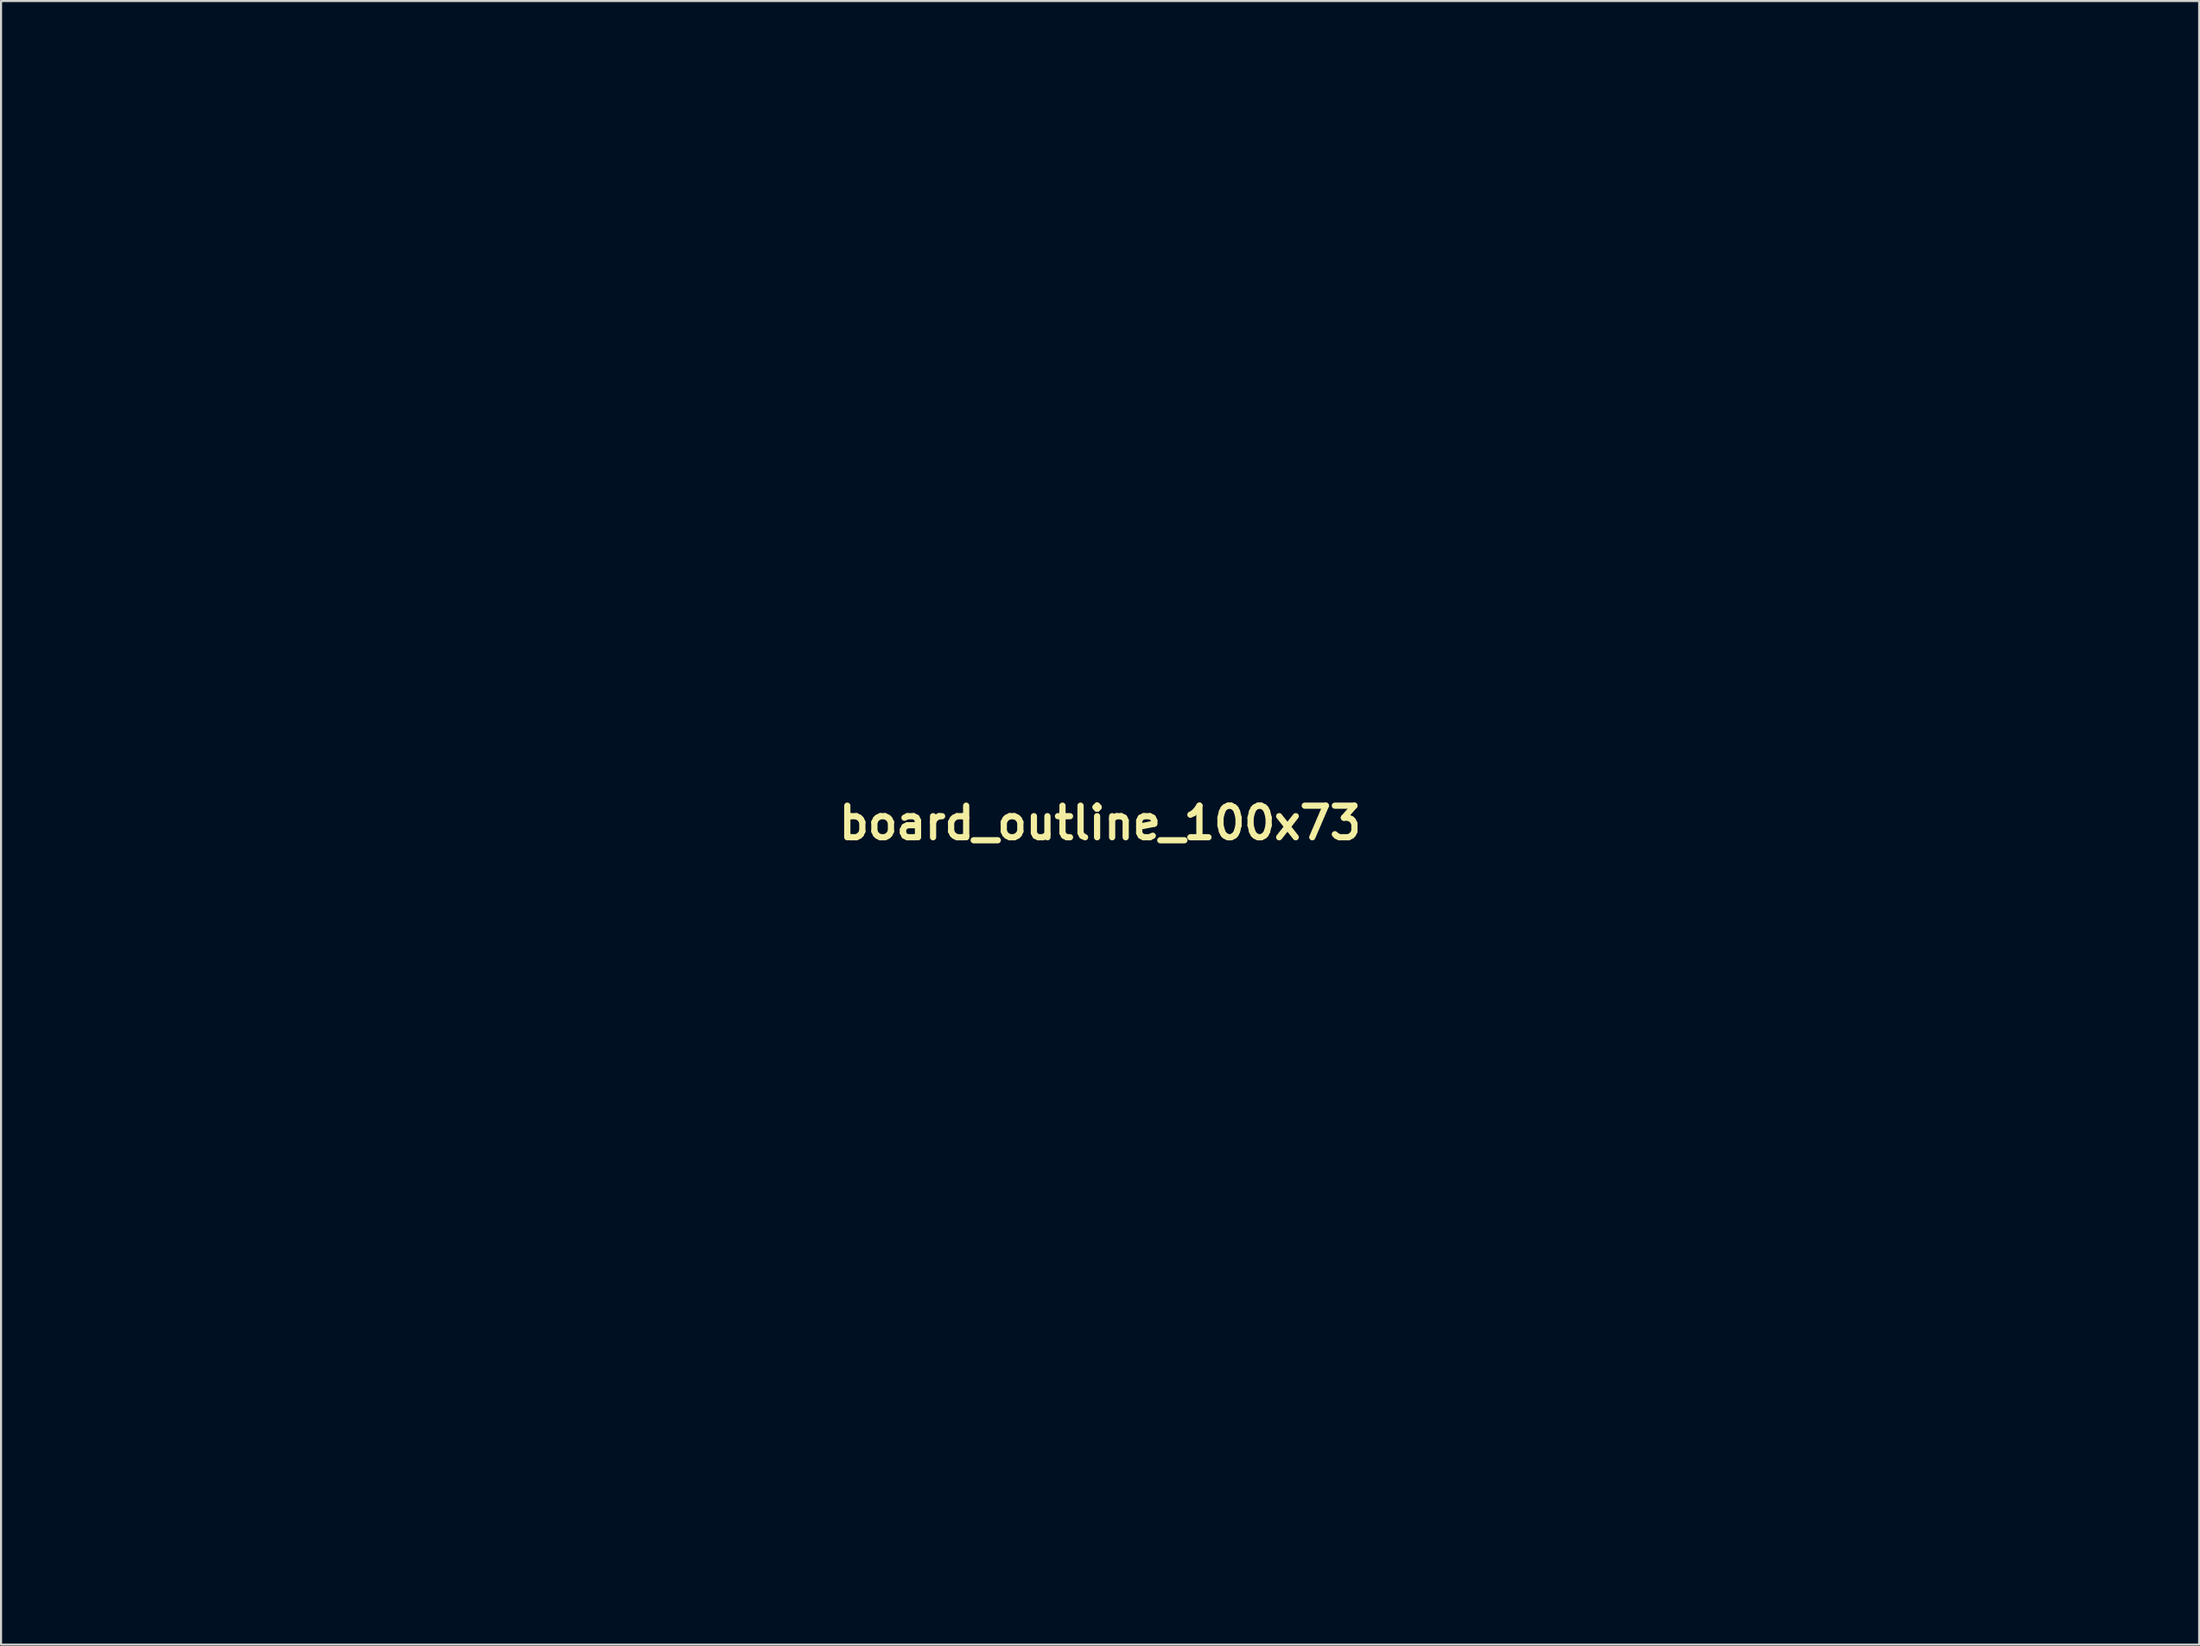
<source format=kicad_pcb>
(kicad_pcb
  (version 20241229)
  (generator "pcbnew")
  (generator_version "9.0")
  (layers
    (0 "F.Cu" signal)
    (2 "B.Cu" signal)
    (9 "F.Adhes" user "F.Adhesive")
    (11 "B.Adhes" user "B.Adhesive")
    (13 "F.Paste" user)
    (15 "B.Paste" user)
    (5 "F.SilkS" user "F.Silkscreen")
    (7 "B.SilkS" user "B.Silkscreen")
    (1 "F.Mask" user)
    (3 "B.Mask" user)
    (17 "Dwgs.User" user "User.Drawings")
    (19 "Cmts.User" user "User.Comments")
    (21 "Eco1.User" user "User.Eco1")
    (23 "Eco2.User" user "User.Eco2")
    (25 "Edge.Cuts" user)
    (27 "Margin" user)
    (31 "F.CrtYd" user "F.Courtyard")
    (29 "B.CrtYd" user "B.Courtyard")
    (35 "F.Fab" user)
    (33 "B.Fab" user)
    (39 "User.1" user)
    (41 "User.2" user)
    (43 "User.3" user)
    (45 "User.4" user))
  (footprint "board_outline_100x73"
    (layer "F.Cu")
    (at 50.003 36.661)
    (property "Reference" "board_outline_100x73" (at 0 0 0) (layer "F.SilkS") (effects (font (size 1.524 1.524) (thickness 0.3))))
    (attr through_hole)
    (fp_poly (pts (xy 37.893 19.619) (xy 37.819 19.635) (xy 37.782 19.641) (xy 37.5 19.681) (xy 37.149 19.714) (xy 36.747 19.738) (xy 36.308 19.755) (xy 35.849 19.763) (xy 35.387 19.762) (xy 34.937 19.751) (xy 34.515 19.731) (xy 34.375 19.721) (xy 34.152 19.703) (xy 33.934 19.681) (xy 33.751 19.658) (xy 33.655 19.644) (xy 33.556 19.626) (xy 33.523 19.616) (xy 33.559 19.614) (xy 33.671 19.619) (xy 33.803 19.626) (xy 34.532 19.664) (xy 35.2 19.687) (xy 35.827 19.694) (xy 36.437 19.686) (xy 37.05 19.663) (xy 37.677 19.625) (xy 37.827 19.616) (xy 37.898 19.613) (xy 37.893 19.619)) (stroke (width 0.01) (type solid)) (fill no) (layer "Eco2.User"))
    (fp_poly (pts (xy -19.303 -19.694) (xy -18.853 -19.692) (xy -18.424 -19.688) (xy -18.025 -19.684) (xy -17.668 -19.678) (xy -17.363 -19.671) (xy -17.121 -19.662) (xy -16.951 -19.652) (xy -16.933 -19.651) (xy -16.771 -19.636) (xy -16.667 -19.625) (xy -16.625 -19.618) (xy -16.649 -19.615) (xy -16.745 -19.616) (xy -16.916 -19.619) (xy -17.165 -19.626) (xy -17.253 -19.628) (xy -17.561 -19.634) (xy -17.939 -19.64) (xy -18.372 -19.644) (xy -18.847 -19.647) (xy -19.348 -19.648) (xy -19.86 -19.649) (xy -20.371 -19.648) (xy -20.864 -19.646) (xy -21.326 -19.642) (xy -21.741 -19.638) (xy -22.096 -19.632) (xy -22.286 -19.628) (xy -22.563 -19.621) (xy -22.76 -19.616) (xy -22.879 -19.614) (xy -22.925 -19.616) (xy -22.902 -19.621) (xy -22.813 -19.63) (xy -22.663 -19.643) (xy -22.564 -19.651) (xy -22.397 -19.661) (xy -22.157 -19.67) (xy -21.854 -19.677) (xy -21.499 -19.683) (xy -21.102 -19.688) (xy -20.673 -19.691) (xy -20.224 -19.693) (xy -19.764 -19.694) (xy -19.303 -19.694)) (stroke (width 0.01) (type solid)) (fill no) (layer "Eco2.User"))
    (fp_poly (pts (xy 46.831 27.633) (xy 47.07 27.68) (xy 47.167 27.716) (xy 47.452 27.889) (xy 47.684 28.122) (xy 47.855 28.4) (xy 47.956 28.712) (xy 47.982 28.981) (xy 47.975 29.165) (xy 47.947 29.312) (xy 47.889 29.466) (xy 47.841 29.567) (xy 47.664 29.838) (xy 47.431 30.057) (xy 47.156 30.217) (xy 46.855 30.311) (xy 46.54 30.331) (xy 46.37 30.309) (xy 46.065 30.205) (xy 45.782 30.019) (xy 45.692 29.939) (xy 45.484 29.688) (xy 45.35 29.408) (xy 45.285 29.113) (xy 45.286 29.092) (xy 45.352 29.092) (xy 45.419 29.408) (xy 45.56 29.692) (xy 45.766 29.934) (xy 46.027 30.122) (xy 46.207 30.203) (xy 46.449 30.256) (xy 46.724 30.255) (xy 47 30.205) (xy 47.216 30.122) (xy 47.486 29.941) (xy 47.696 29.707) (xy 47.84 29.434) (xy 47.914 29.131) (xy 47.912 28.81) (xy 47.857 28.557) (xy 47.729 28.282) (xy 47.539 28.046) (xy 47.3 27.86) (xy 47.028 27.732) (xy 46.737 27.669) (xy 46.439 27.682) (xy 46.411 27.687) (xy 46.086 27.793) (xy 45.812 27.962) (xy 45.596 28.186) (xy 45.444 28.456) (xy 45.361 28.766) (xy 45.352 29.092) (xy 45.286 29.092) (xy 45.289 28.812) (xy 45.359 28.519) (xy 45.492 28.245) (xy 45.687 28.001) (xy 45.942 27.8) (xy 46.101 27.714) (xy 46.313 27.65) (xy 46.567 27.623) (xy 46.831 27.633)) (stroke (width 0.01) (type solid)) (fill no) (layer "Eco2.User"))
    (fp_poly (pts (xy -1.343 -29.151) (xy -1.143 -29.078) (xy -0.849 -28.895) (xy -0.618 -28.66) (xy -0.453 -28.383) (xy -0.36 -28.074) (xy -0.342 -27.743) (xy -0.403 -27.4) (xy -0.497 -27.195) (xy -0.651 -26.985) (xy -0.842 -26.793) (xy -1.051 -26.642) (xy -1.114 -26.609) (xy -1.352 -26.523) (xy -1.611 -26.48) (xy -1.858 -26.483) (xy -2.011 -26.515) (xy -2.353 -26.666) (xy -2.631 -26.871) (xy -2.844 -27.13) (xy -2.936 -27.3) (xy -3.002 -27.519) (xy -3.029 -27.779) (xy -3.024 -27.899) (xy -2.986 -27.899) (xy -2.965 -27.597) (xy -2.869 -27.304) (xy -2.697 -27.033) (xy -2.541 -26.87) (xy -2.28 -26.689) (xy -1.983 -26.58) (xy -1.669 -26.544) (xy -1.351 -26.585) (xy -1.219 -26.627) (xy -0.995 -26.747) (xy -0.78 -26.925) (xy -0.597 -27.137) (xy -0.501 -27.297) (xy -0.434 -27.487) (xy -0.393 -27.705) (xy -0.388 -27.756) (xy -0.405 -28.072) (xy -0.491 -28.356) (xy -0.636 -28.603) (xy -0.829 -28.809) (xy -1.06 -28.969) (xy -1.318 -29.077) (xy -1.593 -29.13) (xy -1.874 -29.123) (xy -2.151 -29.05) (xy -2.414 -28.907) (xy -2.592 -28.755) (xy -2.8 -28.489) (xy -2.931 -28.2) (xy -2.986 -27.899) (xy -3.024 -27.899) (xy -3.018 -28.046) (xy -2.967 -28.287) (xy -2.935 -28.371) (xy -2.778 -28.625) (xy -2.564 -28.856) (xy -2.316 -29.036) (xy -2.251 -29.07) (xy -1.961 -29.168) (xy -1.651 -29.195) (xy -1.343 -29.151)) (stroke (width 0.01) (type solid)) (fill no) (layer "Eco2.User"))
    (fp_poly (pts (xy -46.616 -24.064) (xy -46.358 -23.988) (xy -46.124 -23.85) (xy -45.998 -23.745) (xy -45.776 -23.49) (xy -45.628 -23.209) (xy -45.552 -22.913) (xy -45.546 -22.612) (xy -45.609 -22.319) (xy -45.738 -22.043) (xy -45.933 -21.796) (xy -46.19 -21.589) (xy -46.376 -21.487) (xy -46.521 -21.442) (xy -46.712 -21.409) (xy -46.917 -21.392) (xy -47.105 -21.393) (xy -47.243 -21.415) (xy -47.244 -21.415) (xy -47.547 -21.556) (xy -47.814 -21.761) (xy -48.03 -22.015) (xy -48.173 -22.291) (xy -48.249 -22.602) (xy -48.249 -22.695) (xy -48.193 -22.695) (xy -48.151 -22.41) (xy -48.045 -22.139) (xy -47.878 -21.893) (xy -47.647 -21.683) (xy -47.468 -21.574) (xy -47.183 -21.47) (xy -46.885 -21.442) (xy -46.562 -21.491) (xy -46.431 -21.53) (xy -46.27 -21.607) (xy -46.096 -21.728) (xy -46.02 -21.794) (xy -45.807 -22.047) (xy -45.668 -22.33) (xy -45.605 -22.629) (xy -45.617 -22.934) (xy -45.704 -23.233) (xy -45.868 -23.515) (xy -45.97 -23.636) (xy -46.168 -23.818) (xy -46.373 -23.936) (xy -46.61 -24) (xy -46.884 -24.02) (xy -47.075 -24.018) (xy -47.216 -24) (xy -47.344 -23.96) (xy -47.465 -23.905) (xy -47.736 -23.73) (xy -47.944 -23.51) (xy -48.09 -23.256) (xy -48.173 -22.981) (xy -48.193 -22.695) (xy -48.249 -22.695) (xy -48.248 -22.909) (xy -48.177 -23.202) (xy -48.044 -23.47) (xy -47.855 -23.703) (xy -47.619 -23.89) (xy -47.342 -24.02) (xy -47.032 -24.083) (xy -46.923 -24.088) (xy -46.616 -24.064)) (stroke (width 0.01) (type solid)) (fill no) (layer "Eco2.User"))
    (fp_poly (pts (xy -17.476 -36.614) (xy -15.812 -36.521) (xy -14.192 -36.376) (xy -12.621 -36.18) (xy -11.107 -35.934) (xy -9.867 -35.684) (xy -9.658 -35.637) (xy -9.481 -35.595) (xy -9.351 -35.562) (xy -9.283 -35.541) (xy -9.278 -35.538) (xy -9.284 -35.52) (xy -9.366 -35.523) (xy -9.524 -35.549) (xy -9.761 -35.599) (xy -9.856 -35.62) (xy -11.186 -35.89) (xy -12.585 -36.117) (xy -14.047 -36.3) (xy -15.567 -36.44) (xy -17.141 -36.534) (xy -18.764 -36.584) (xy -19.748 -36.592) (xy -20.574 -36.588) (xy -21.335 -36.577) (xy -22.051 -36.557) (xy -22.742 -36.527) (xy -23.427 -36.487) (xy -24.126 -36.434) (xy -24.86 -36.369) (xy -25.646 -36.29) (xy -25.95 -36.257) (xy -26.739 -36.165) (xy -27.533 -36.059) (xy -28.312 -35.944) (xy -29.055 -35.822) (xy -29.743 -35.696) (xy -30.009 -35.643) (xy -30.321 -35.581) (xy -30.552 -35.54) (xy -30.702 -35.519) (xy -30.772 -35.52) (xy -30.773 -35.534) (xy -30.717 -35.555) (xy -30.588 -35.587) (xy -30.397 -35.629) (xy -30.154 -35.678) (xy -29.871 -35.733) (xy -29.558 -35.791) (xy -29.225 -35.851) (xy -28.884 -35.911) (xy -28.544 -35.968) (xy -28.218 -36.022) (xy -27.915 -36.069) (xy -27.646 -36.108) (xy -27.474 -36.131) (xy -26.924 -36.199) (xy -26.448 -36.258) (xy -26.034 -36.307) (xy -25.673 -36.349) (xy -25.355 -36.384) (xy -25.067 -36.413) (xy -24.801 -36.438) (xy -24.546 -36.46) (xy -24.438 -36.469) (xy -22.665 -36.584) (xy -20.909 -36.646) (xy -19.177 -36.656) (xy -17.476 -36.614)) (stroke (width 0.01) (type solid)) (fill no) (layer "Eco2.User"))
    (fp_poly (pts (xy 47.08 -14.907) (xy 47.375 -14.831) (xy 47.647 -14.691) (xy 47.886 -14.488) (xy 48.08 -14.225) (xy 48.12 -14.148) (xy 48.184 -14.003) (xy 48.22 -13.871) (xy 48.236 -13.716) (xy 48.238 -13.568) (xy 48.216 -13.274) (xy 48.145 -13.027) (xy 48.012 -12.801) (xy 47.879 -12.642) (xy 47.666 -12.447) (xy 47.44 -12.32) (xy 47.181 -12.252) (xy 46.904 -12.234) (xy 46.71 -12.238) (xy 46.569 -12.254) (xy 46.448 -12.288) (xy 46.313 -12.347) (xy 46.281 -12.363) (xy 46.01 -12.542) (xy 45.798 -12.77) (xy 45.648 -13.036) (xy 45.562 -13.326) (xy 45.547 -13.528) (xy 45.6 -13.528) (xy 45.634 -13.258) (xy 45.724 -13) (xy 45.87 -12.762) (xy 46.074 -12.557) (xy 46.338 -12.393) (xy 46.477 -12.335) (xy 46.672 -12.293) (xy 46.908 -12.281) (xy 47.147 -12.299) (xy 47.342 -12.344) (xy 47.482 -12.411) (xy 47.641 -12.513) (xy 47.75 -12.6) (xy 47.969 -12.849) (xy 48.114 -13.128) (xy 48.186 -13.424) (xy 48.184 -13.726) (xy 48.109 -14.022) (xy 47.959 -14.3) (xy 47.749 -14.536) (xy 47.51 -14.712) (xy 47.256 -14.816) (xy 46.967 -14.854) (xy 46.802 -14.85) (xy 46.485 -14.794) (xy 46.215 -14.676) (xy 45.992 -14.508) (xy 45.817 -14.298) (xy 45.693 -14.058) (xy 45.62 -13.798) (xy 45.6 -13.528) (xy 45.547 -13.528) (xy 45.541 -13.628) (xy 45.587 -13.929) (xy 45.703 -14.216) (xy 45.891 -14.478) (xy 45.932 -14.52) (xy 46.19 -14.724) (xy 46.476 -14.855) (xy 46.777 -14.915) (xy 47.08 -14.907)) (stroke (width 0.01) (type solid)) (fill no) (layer "Eco2.User"))
    (fp_poly (pts (xy -19.195 14.332) (xy -18.615 14.337) (xy -18.059 14.345) (xy -17.538 14.356) (xy -17.066 14.37) (xy -16.653 14.387) (xy -16.323 14.406) (xy -16.039 14.427) (xy -15.783 14.448) (xy -15.569 14.468) (xy -15.406 14.485) (xy -15.309 14.498) (xy -15.286 14.504) (xy -15.313 14.512) (xy -15.407 14.514) (xy -15.551 14.508) (xy -15.621 14.503) (xy -16.345 14.459) (xy -17.125 14.424) (xy -17.948 14.399) (xy -18.798 14.383) (xy -19.662 14.377) (xy -20.525 14.38) (xy -21.374 14.392) (xy -22.193 14.414) (xy -22.968 14.444) (xy -23.686 14.484) (xy -24.236 14.525) (xy -25.391 14.633) (xy -26.481 14.753) (xy -27.523 14.89) (xy -28.535 15.046) (xy -29.535 15.223) (xy -30.541 15.424) (xy -30.797 15.479) (xy -31.007 15.523) (xy -31.197 15.562) (xy -31.347 15.59) (xy -31.433 15.604) (xy -31.559 15.62) (xy -31.433 15.576) (xy -31.284 15.532) (xy -31.064 15.477) (xy -30.783 15.413) (xy -30.454 15.344) (xy -30.087 15.27) (xy -29.694 15.195) (xy -29.288 15.119) (xy -28.879 15.047) (xy -28.478 14.979) (xy -28.099 14.918) (xy -27.752 14.867) (xy -27.665 14.854) (xy -27.235 14.796) (xy -26.856 14.746) (xy -26.515 14.702) (xy -26.199 14.663) (xy -25.895 14.629) (xy -25.592 14.597) (xy -25.275 14.567) (xy -24.934 14.537) (xy -24.554 14.506) (xy -24.124 14.472) (xy -23.632 14.435) (xy -23.241 14.406) (xy -22.905 14.386) (xy -22.496 14.369) (xy -22.027 14.355) (xy -21.51 14.344) (xy -20.956 14.337) (xy -20.377 14.332) (xy -19.786 14.33) (xy -19.195 14.332)) (stroke (width 0.01) (type solid)) (fill no) (layer "Eco2.User"))
    (fp_poly (pts (xy -46.635 18.183) (xy -46.387 18.231) (xy -46.267 18.278) (xy -45.966 18.469) (xy -45.729 18.716) (xy -45.596 18.931) (xy -45.525 19.087) (xy -45.485 19.222) (xy -45.469 19.374) (xy -45.466 19.516) (xy -45.472 19.705) (xy -45.494 19.849) (xy -45.542 19.986) (xy -45.594 20.097) (xy -45.78 20.381) (xy -46.017 20.605) (xy -46.294 20.763) (xy -46.599 20.853) (xy -46.92 20.868) (xy -47.247 20.805) (xy -47.326 20.778) (xy -47.56 20.65) (xy -47.782 20.46) (xy -47.968 20.23) (xy -48.05 20.087) (xy -48.105 19.958) (xy -48.137 19.831) (xy -48.151 19.673) (xy -48.154 19.516) (xy -48.153 19.483) (xy -48.11 19.483) (xy -48.095 19.745) (xy -48.037 19.975) (xy -48.034 19.981) (xy -47.872 20.277) (xy -47.656 20.51) (xy -47.395 20.678) (xy -47.097 20.777) (xy -46.769 20.804) (xy -46.419 20.754) (xy -46.336 20.732) (xy -46.201 20.665) (xy -46.041 20.546) (xy -45.879 20.394) (xy -45.734 20.23) (xy -45.628 20.073) (xy -45.613 20.045) (xy -45.555 19.858) (xy -45.529 19.625) (xy -45.533 19.378) (xy -45.567 19.149) (xy -45.628 18.974) (xy -45.82 18.69) (xy -46.063 18.466) (xy -46.264 18.346) (xy -46.567 18.246) (xy -46.875 18.224) (xy -47.176 18.276) (xy -47.458 18.399) (xy -47.708 18.586) (xy -47.916 18.835) (xy -48.013 19.006) (xy -48.083 19.225) (xy -48.11 19.483) (xy -48.153 19.483) (xy -48.149 19.322) (xy -48.133 19.183) (xy -48.098 19.065) (xy -48.039 18.939) (xy -48.036 18.932) (xy -47.838 18.641) (xy -47.585 18.407) (xy -47.391 18.288) (xy -47.169 18.212) (xy -46.906 18.177) (xy -46.635 18.183)) (stroke (width 0.01) (type solid)) (fill no) (layer "Eco2.User"))
    (fp_poly (pts (xy -1.592 12.542) (xy -1.264 12.615) (xy -0.971 12.757) (xy -0.724 12.958) (xy -0.531 13.208) (xy -0.4 13.498) (xy -0.341 13.818) (xy -0.339 13.901) (xy -0.367 14.208) (xy -0.458 14.474) (xy -0.62 14.721) (xy -0.688 14.799) (xy -0.84 14.954) (xy -0.98 15.065) (xy -1.13 15.144) (xy -1.315 15.2) (xy -1.555 15.246) (xy -1.63 15.258) (xy -1.723 15.259) (xy -1.856 15.246) (xy -1.908 15.239) (xy -2.213 15.147) (xy -2.493 14.982) (xy -2.735 14.754) (xy -2.925 14.474) (xy -2.927 14.469) (xy -2.976 14.356) (xy -3.006 14.234) (xy -3.02 14.074) (xy -3.024 13.906) (xy -3.023 13.808) (xy -2.982 13.808) (xy -2.971 14.109) (xy -2.886 14.401) (xy -2.728 14.671) (xy -2.548 14.863) (xy -2.333 15.028) (xy -2.12 15.129) (xy -1.88 15.177) (xy -1.63 15.182) (xy -1.393 15.163) (xy -1.215 15.122) (xy -1.12 15.082) (xy -0.888 14.925) (xy -0.678 14.714) (xy -0.518 14.479) (xy -0.505 14.453) (xy -0.425 14.212) (xy -0.395 13.935) (xy -0.415 13.654) (xy -0.485 13.402) (xy -0.506 13.357) (xy -0.679 13.091) (xy -0.902 12.881) (xy -1.161 12.73) (xy -1.444 12.641) (xy -1.737 12.615) (xy -2.028 12.656) (xy -2.305 12.766) (xy -2.554 12.947) (xy -2.572 12.965) (xy -2.783 13.224) (xy -2.92 13.509) (xy -2.982 13.808) (xy -3.023 13.808) (xy -3.022 13.715) (xy -3.011 13.579) (xy -2.984 13.472) (xy -2.937 13.365) (xy -2.903 13.302) (xy -2.714 13.035) (xy -2.478 12.816) (xy -2.209 12.655) (xy -1.921 12.56) (xy -1.629 12.539) (xy -1.592 12.542)) (stroke (width 0.01) (type solid)) (fill no) (layer "Eco2.User"))
    (fp_poly (pts (xy -46.471 17.307) (xy -46.067 17.403) (xy -45.702 17.567) (xy -45.381 17.791) (xy -45.107 18.065) (xy -44.885 18.382) (xy -44.72 18.733) (xy -44.616 19.108) (xy -44.577 19.499) (xy -44.607 19.897) (xy -44.711 20.294) (xy -44.843 20.591) (xy -45.055 20.907) (xy -45.333 21.193) (xy -45.657 21.433) (xy -46.009 21.614) (xy -46.248 21.694) (xy -46.475 21.733) (xy -46.748 21.752) (xy -47.029 21.748) (xy -47.281 21.721) (xy -47.317 21.715) (xy -47.627 21.618) (xy -47.942 21.458) (xy -48.239 21.248) (xy -48.494 21.005) (xy -48.583 20.896) (xy -48.715 20.715) (xy -48.807 20.568) (xy -48.875 20.426) (xy -48.933 20.259) (xy -48.978 20.104) (xy -49.055 19.676) (xy -49.052 19.472) (xy -48.983 19.472) (xy -48.959 19.873) (xy -48.871 20.259) (xy -48.717 20.612) (xy -48.704 20.635) (xy -48.542 20.859) (xy -48.328 21.086) (xy -48.088 21.289) (xy -47.85 21.443) (xy -47.831 21.453) (xy -47.422 21.617) (xy -47.005 21.698) (xy -46.585 21.694) (xy -46.326 21.65) (xy -45.933 21.518) (xy -45.58 21.32) (xy -45.274 21.063) (xy -45.02 20.758) (xy -44.826 20.414) (xy -44.696 20.04) (xy -44.636 19.645) (xy -44.654 19.239) (xy -44.676 19.113) (xy -44.8 18.7) (xy -44.991 18.33) (xy -45.24 18.01) (xy -45.54 17.745) (xy -45.882 17.541) (xy -46.259 17.404) (xy -46.663 17.338) (xy -47.085 17.351) (xy -47.117 17.355) (xy -47.507 17.45) (xy -47.879 17.62) (xy -48.219 17.854) (xy -48.51 18.142) (xy -48.664 18.351) (xy -48.835 18.693) (xy -48.941 19.072) (xy -48.983 19.472) (xy -49.052 19.472) (xy -49.049 19.257) (xy -48.962 18.854) (xy -48.796 18.472) (xy -48.552 18.12) (xy -48.412 17.966) (xy -48.07 17.673) (xy -47.706 17.463) (xy -47.317 17.332) (xy -46.901 17.282) (xy -46.471 17.307)) (stroke (width 0.01) (type solid)) (fill no) (layer "Eco2.User"))
    (fp_poly (pts (xy 47.323 -15.773) (xy 47.707 -15.666) (xy 48.065 -15.481) (xy 48.405 -15.216) (xy 48.486 -15.139) (xy 48.755 -14.817) (xy 48.953 -14.46) (xy 49.08 -14.078) (xy 49.136 -13.682) (xy 49.12 -13.283) (xy 49.033 -12.891) (xy 48.875 -12.516) (xy 48.645 -12.17) (xy 48.486 -11.993) (xy 48.151 -11.717) (xy 47.769 -11.51) (xy 47.347 -11.376) (xy 47.317 -11.37) (xy 47.127 -11.333) (xy 46.985 -11.314) (xy 46.855 -11.313) (xy 46.703 -11.328) (xy 46.584 -11.345) (xy 46.173 -11.441) (xy 45.807 -11.604) (xy 45.472 -11.841) (xy 45.406 -11.9) (xy 45.11 -12.215) (xy 44.893 -12.55) (xy 44.751 -12.913) (xy 44.68 -13.315) (xy 44.674 -13.399) (xy 44.678 -13.607) (xy 44.706 -13.607) (xy 44.741 -13.202) (xy 44.848 -12.814) (xy 45.023 -12.454) (xy 45.258 -12.13) (xy 45.549 -11.852) (xy 45.889 -11.63) (xy 46.272 -11.472) (xy 46.367 -11.446) (xy 46.645 -11.403) (xy 46.963 -11.399) (xy 47.287 -11.432) (xy 47.582 -11.498) (xy 47.688 -11.535) (xy 48.074 -11.731) (xy 48.405 -11.99) (xy 48.677 -12.305) (xy 48.885 -12.672) (xy 49.025 -13.085) (xy 49.07 -13.313) (xy 49.085 -13.698) (xy 49.024 -14.085) (xy 48.891 -14.459) (xy 48.693 -14.808) (xy 48.435 -15.118) (xy 48.124 -15.378) (xy 48.101 -15.393) (xy 47.746 -15.58) (xy 47.357 -15.696) (xy 46.951 -15.742) (xy 46.541 -15.716) (xy 46.142 -15.618) (xy 45.84 -15.487) (xy 45.556 -15.294) (xy 45.291 -15.036) (xy 45.061 -14.734) (xy 44.88 -14.407) (xy 44.763 -14.076) (xy 44.75 -14.021) (xy 44.706 -13.607) (xy 44.678 -13.607) (xy 44.681 -13.845) (xy 44.759 -14.247) (xy 44.909 -14.614) (xy 45.135 -14.951) (xy 45.272 -15.106) (xy 45.604 -15.397) (xy 45.97 -15.611) (xy 46.369 -15.746) (xy 46.802 -15.805) (xy 46.905 -15.807) (xy 47.323 -15.773)) (stroke (width 0.01) (type solid)) (fill no) (layer "Eco2.User"))
    (fp_poly (pts (xy 46.95 26.743) (xy 47.343 26.839) (xy 47.718 27.009) (xy 48.067 27.251) (xy 48.209 27.381) (xy 48.419 27.626) (xy 48.598 27.903) (xy 48.734 28.19) (xy 48.815 28.465) (xy 48.83 28.576) (xy 48.837 28.682) (xy 48.835 28.725) (xy 48.827 28.702) (xy 48.699 28.249) (xy 48.507 27.85) (xy 48.254 27.506) (xy 47.942 27.222) (xy 47.572 26.999) (xy 47.208 26.858) (xy 47.073 26.83) (xy 46.888 26.809) (xy 46.685 26.798) (xy 46.621 26.797) (xy 46.189 26.837) (xy 45.789 26.953) (xy 45.425 27.143) (xy 45.105 27.401) (xy 44.836 27.724) (xy 44.672 28.003) (xy 44.516 28.407) (xy 44.443 28.814) (xy 44.45 29.219) (xy 44.537 29.613) (xy 44.702 29.989) (xy 44.943 30.339) (xy 45.157 30.565) (xy 45.338 30.724) (xy 45.497 30.839) (xy 45.666 30.929) (xy 45.817 30.993) (xy 45.988 31.057) (xy 46.128 31.098) (xy 46.268 31.12) (xy 46.438 31.13) (xy 46.609 31.132) (xy 46.924 31.122) (xy 47.17 31.09) (xy 47.286 31.06) (xy 47.663 30.899) (xy 48.003 30.669) (xy 48.297 30.379) (xy 48.536 30.041) (xy 48.712 29.664) (xy 48.81 29.295) (xy 48.83 29.185) (xy 48.84 29.154) (xy 48.845 29.197) (xy 48.847 29.252) (xy 48.837 29.387) (xy 48.806 29.545) (xy 48.792 29.596) (xy 48.632 29.986) (xy 48.405 30.338) (xy 48.121 30.642) (xy 47.79 30.889) (xy 47.421 31.069) (xy 47.217 31.133) (xy 46.984 31.174) (xy 46.711 31.192) (xy 46.431 31.189) (xy 46.178 31.164) (xy 46.046 31.136) (xy 45.668 30.99) (xy 45.315 30.772) (xy 45.002 30.494) (xy 44.742 30.168) (xy 44.605 29.93) (xy 44.458 29.538) (xy 44.391 29.133) (xy 44.401 28.724) (xy 44.486 28.322) (xy 44.644 27.939) (xy 44.873 27.585) (xy 45.07 27.364) (xy 45.402 27.093) (xy 45.766 26.895) (xy 46.152 26.771) (xy 46.55 26.72) (xy 46.95 26.743)) (stroke (width 0.01) (type solid)) (fill no) (layer "Eco2.User"))
    (fp_poly (pts (xy -46.726 -24.97) (xy -46.467 -24.943) (xy -46.314 -24.91) (xy -45.893 -24.744) (xy -45.526 -24.514) (xy -45.215 -24.225) (xy -44.967 -23.88) (xy -44.784 -23.485) (xy -44.719 -23.272) (xy -44.666 -22.927) (xy -44.672 -22.553) (xy -44.733 -22.178) (xy -44.834 -21.862) (xy -44.908 -21.696) (xy -44.986 -21.559) (xy -45.085 -21.428) (xy -45.222 -21.279) (xy -45.314 -21.185) (xy -45.663 -20.89) (xy -46.033 -20.676) (xy -46.425 -20.544) (xy -46.839 -20.494) (xy -47.274 -20.526) (xy -47.347 -20.539) (xy -47.718 -20.65) (xy -48.072 -20.835) (xy -48.394 -21.08) (xy -48.669 -21.373) (xy -48.88 -21.703) (xy -48.895 -21.734) (xy -49.014 -22.002) (xy -49.091 -22.234) (xy -49.133 -22.46) (xy -49.144 -22.648) (xy -49.087 -22.648) (xy -49.032 -22.255) (xy -48.904 -21.879) (xy -48.711 -21.531) (xy -48.458 -21.221) (xy -48.151 -20.958) (xy -47.796 -20.752) (xy -47.545 -20.655) (xy -47.263 -20.594) (xy -46.94 -20.573) (xy -46.608 -20.59) (xy -46.302 -20.645) (xy -46.2 -20.675) (xy -45.913 -20.789) (xy -45.675 -20.927) (xy -45.45 -21.111) (xy -45.365 -21.192) (xy -45.089 -21.523) (xy -44.888 -21.887) (xy -44.763 -22.278) (xy -44.715 -22.687) (xy -44.746 -23.105) (xy -44.857 -23.524) (xy -44.943 -23.734) (xy -45.066 -23.937) (xy -45.242 -24.155) (xy -45.449 -24.367) (xy -45.667 -24.549) (xy -45.872 -24.679) (xy -45.889 -24.688) (xy -46.285 -24.842) (xy -46.672 -24.917) (xy -47.011 -24.922) (xy -47.44 -24.855) (xy -47.834 -24.714) (xy -48.188 -24.505) (xy -48.493 -24.236) (xy -48.744 -23.911) (xy -48.932 -23.538) (xy -49.052 -23.122) (xy -49.064 -23.05) (xy -49.087 -22.648) (xy -49.144 -22.648) (xy -49.148 -22.712) (xy -49.148 -22.757) (xy -49.108 -23.159) (xy -48.992 -23.545) (xy -48.807 -23.907) (xy -48.56 -24.233) (xy -48.26 -24.514) (xy -47.915 -24.74) (xy -47.531 -24.9) (xy -47.501 -24.909) (xy -47.277 -24.953) (xy -47.007 -24.973) (xy -46.726 -24.97)) (stroke (width 0.01) (type solid)) (fill no) (layer "Eco2.User"))
    (fp_poly (pts (xy -1.2 11.711) (xy -0.792 11.85) (xy -0.734 11.877) (xy -0.365 12.098) (xy -0.054 12.374) (xy 0.196 12.696) (xy 0.382 13.055) (xy 0.501 13.441) (xy 0.55 13.844) (xy 0.524 14.255) (xy 0.422 14.665) (xy 0.306 14.942) (xy 0.169 15.162) (xy -0.017 15.393) (xy -0.228 15.605) (xy -0.438 15.773) (xy -0.457 15.785) (xy -0.812 15.969) (xy -1.196 16.092) (xy -1.591 16.15) (xy -1.976 16.14) (xy -2.147 16.11) (xy -2.484 15.999) (xy -2.817 15.827) (xy -3.127 15.607) (xy -3.396 15.354) (xy -3.605 15.081) (xy -3.649 15.005) (xy -3.82 14.604) (xy -3.911 14.194) (xy -3.926 13.806) (xy -3.847 13.806) (xy -3.847 14.08) (xy -3.826 14.327) (xy -3.807 14.434) (xy -3.683 14.793) (xy -3.486 15.133) (xy -3.229 15.44) (xy -2.922 15.699) (xy -2.683 15.845) (xy -2.473 15.947) (xy -2.293 16.015) (xy -2.116 16.055) (xy -1.914 16.072) (xy -1.661 16.072) (xy -1.609 16.071) (xy -1.391 16.061) (xy -1.227 16.044) (xy -1.086 16.013) (xy -0.937 15.961) (xy -0.827 15.916) (xy -0.648 15.834) (xy -0.5 15.746) (xy -0.355 15.632) (xy -0.187 15.474) (xy -0.167 15.454) (xy 0.071 15.192) (xy 0.244 14.934) (xy 0.366 14.655) (xy 0.447 14.358) (xy 0.492 14.089) (xy 0.502 13.854) (xy 0.476 13.61) (xy 0.448 13.462) (xy 0.321 13.062) (xy 0.123 12.695) (xy -0.14 12.373) (xy -0.456 12.103) (xy -0.818 11.897) (xy -1.098 11.793) (xy -1.389 11.739) (xy -1.717 11.726) (xy -2.048 11.753) (xy -2.345 11.821) (xy -2.361 11.826) (xy -2.754 12.001) (xy -3.099 12.238) (xy -3.388 12.531) (xy -3.614 12.873) (xy -3.77 13.255) (xy -3.789 13.322) (xy -3.828 13.541) (xy -3.847 13.806) (xy -3.926 13.806) (xy -3.926 13.786) (xy -3.868 13.388) (xy -3.741 13.008) (xy -3.547 12.657) (xy -3.29 12.342) (xy -2.973 12.073) (xy -2.601 11.858) (xy -2.435 11.789) (xy -2.028 11.679) (xy -1.615 11.654) (xy -1.2 11.711)) (stroke (width 0.01) (type solid)) (fill no) (layer "Eco2.User"))
    (fp_poly (pts (xy -1.552 -30.087) (xy -1.399 -30.067) (xy -0.998 -29.969) (xy -0.615 -29.8) (xy -0.266 -29.569) (xy 0.033 -29.287) (xy 0.219 -29.041) (xy 0.358 -28.771) (xy 0.465 -28.453) (xy 0.532 -28.121) (xy 0.55 -27.862) (xy 0.516 -27.43) (xy 0.409 -27.039) (xy 0.227 -26.678) (xy -0.035 -26.34) (xy -0.106 -26.265) (xy -0.44 -25.981) (xy -0.807 -25.774) (xy -1.204 -25.646) (xy -1.628 -25.598) (xy -1.968 -25.616) (xy -2.388 -25.707) (xy -2.771 -25.872) (xy -3.113 -26.104) (xy -3.404 -26.397) (xy -3.639 -26.744) (xy -3.81 -27.139) (xy -3.854 -27.292) (xy -3.914 -27.576) (xy -3.932 -27.82) (xy -3.852 -27.82) (xy -3.819 -27.399) (xy -3.717 -27.023) (xy -3.542 -26.679) (xy -3.288 -26.358) (xy -3.237 -26.305) (xy -2.916 -26.037) (xy -2.554 -25.837) (xy -2.163 -25.708) (xy -1.756 -25.655) (xy -1.345 -25.68) (xy -1.162 -25.718) (xy -0.759 -25.863) (xy -0.399 -26.076) (xy -0.091 -26.35) (xy 0.159 -26.677) (xy 0.345 -27.051) (xy 0.461 -27.465) (xy 0.474 -27.544) (xy 0.497 -27.739) (xy 0.501 -27.9) (xy 0.484 -28.068) (xy 0.452 -28.248) (xy 0.376 -28.557) (xy 0.271 -28.817) (xy 0.125 -29.054) (xy -0.078 -29.293) (xy -0.165 -29.383) (xy -0.336 -29.546) (xy -0.48 -29.663) (xy -0.625 -29.752) (xy -0.797 -29.834) (xy -0.826 -29.846) (xy -0.998 -29.914) (xy -1.143 -29.958) (xy -1.294 -29.984) (xy -1.481 -29.999) (xy -1.609 -30.004) (xy -1.825 -30.009) (xy -1.987 -30.003) (xy -2.123 -29.984) (xy -2.263 -29.946) (xy -2.366 -29.912) (xy -2.715 -29.765) (xy -3.009 -29.58) (xy -3.273 -29.339) (xy -3.304 -29.306) (xy -3.544 -28.996) (xy -3.712 -28.667) (xy -3.813 -28.303) (xy -3.852 -27.893) (xy -3.852 -27.82) (xy -3.932 -27.82) (xy -3.932 -27.829) (xy -3.911 -28.09) (xy -3.873 -28.3) (xy -3.751 -28.704) (xy -3.563 -29.06) (xy -3.3 -29.385) (xy -3.258 -29.428) (xy -2.962 -29.679) (xy -2.64 -29.865) (xy -2.273 -29.998) (xy -2.079 -30.045) (xy -1.879 -30.082) (xy -1.718 -30.095) (xy -1.552 -30.087)) (stroke (width 0.01) (type solid)) (fill no) (layer "Eco2.User"))
    (fp_poly (pts (xy -30.868 -35.508) (xy -30.876 -35.493) (xy -30.954 -35.465) (xy -31.087 -35.428) (xy -31.221 -35.395) (xy -32.792 -34.998) (xy -34.303 -34.549) (xy -35.759 -34.043) (xy -37.169 -33.478) (xy -38.541 -32.851) (xy -39.881 -32.157) (xy -41.198 -31.393) (xy -42.499 -30.557) (xy -43.461 -29.885) (xy -43.63 -29.762) (xy -43.827 -29.621) (xy -44.008 -29.49) (xy -44.011 -29.488) (xy -44.156 -29.381) (xy -44.345 -29.24) (xy -44.562 -29.074) (xy -44.793 -28.896) (xy -45.023 -28.717) (xy -45.236 -28.55) (xy -45.419 -28.405) (xy -45.555 -28.294) (xy -45.596 -28.26) (xy -45.688 -28.182) (xy -45.827 -28.067) (xy -45.994 -27.93) (xy -46.164 -27.792) (xy -46.389 -27.607) (xy -46.661 -27.38) (xy -46.967 -27.122) (xy -47.29 -26.847) (xy -47.616 -26.567) (xy -47.93 -26.297) (xy -48.215 -26.047) (xy -48.458 -25.833) (xy -48.537 -25.762) (xy -48.735 -25.585) (xy -48.968 -25.376) (xy -49.21 -25.161) (xy -49.432 -24.963) (xy -49.458 -24.94) (xy -49.953 -24.502) (xy -49.953 -16.123) (xy -49.811 -16.242) (xy -49.689 -16.347) (xy -49.513 -16.5) (xy -49.292 -16.696) (xy -49.034 -16.926) (xy -48.748 -17.182) (xy -48.599 -17.316) (xy -48.442 -17.456) (xy -48.237 -17.635) (xy -48.002 -17.84) (xy -47.753 -18.055) (xy -47.506 -18.266) (xy -47.456 -18.309) (xy -47.225 -18.505) (xy -47 -18.697) (xy -46.794 -18.873) (xy -46.62 -19.021) (xy -46.492 -19.13) (xy -46.461 -19.157) (xy -46.285 -19.305) (xy -46.062 -19.489) (xy -45.809 -19.695) (xy -45.546 -19.907) (xy -45.291 -20.11) (xy -45.063 -20.288) (xy -45.028 -20.315) (xy -44.852 -20.451) (xy -44.649 -20.606) (xy -44.431 -20.772) (xy -44.211 -20.937) (xy -44.004 -21.092) (xy -43.823 -21.227) (xy -43.681 -21.332) (xy -43.592 -21.396) (xy -43.587 -21.4) (xy -43.462 -21.488) (xy -43.349 -21.569) (xy -43.274 -21.623) (xy -43.144 -21.713) (xy -42.976 -21.829) (xy -42.786 -21.96) (xy -42.71 -22.012) (xy -41.514 -22.797) (xy -40.319 -23.513) (xy -39.113 -24.167) (xy -37.887 -24.762) (xy -36.629 -25.303) (xy -35.329 -25.796) (xy -33.976 -26.243) (xy -32.561 -26.651) (xy -31.926 -26.817) (xy -31.676 -26.878) (xy -31.45 -26.93) (xy -31.261 -26.97) (xy -31.126 -26.994) (xy -31.058 -26.999) (xy -31.053 -26.984) (xy -31.118 -26.957) (xy -31.241 -26.923) (xy -31.305 -26.908) (xy -32.874 -26.513) (xy -34.415 -26.047) (xy -35.923 -25.512) (xy -37.392 -24.912) (xy -38.815 -24.248) (xy -40.188 -23.524) (xy -41.503 -22.741) (xy -41.635 -22.657) (xy -42.067 -22.376) (xy -42.528 -22.065) (xy -43.007 -21.735) (xy -43.49 -21.394) (xy -43.966 -21.05) (xy -44.422 -20.714) (xy -44.846 -20.393) (xy -45.225 -20.096) (xy -45.548 -19.833) (xy -45.617 -19.775) (xy -45.701 -19.705) (xy -45.832 -19.596) (xy -45.994 -19.464) (xy -46.165 -19.325) (xy -46.296 -19.218) (xy -46.429 -19.109) (xy -46.571 -18.99) (xy -46.731 -18.855) (xy -46.918 -18.696) (xy -47.141 -18.506) (xy -47.409 -18.277) (xy -47.729 -18.001) (xy -47.811 -17.931) (xy -47.939 -17.82) (xy -48.109 -17.671) (xy -48.3 -17.503) (xy -48.491 -17.333) (xy -48.513 -17.314) (xy -48.721 -17.129) (xy -48.964 -16.912) (xy -49.212 -16.691) (xy -49.438 -16.49) (xy -49.459 -16.472) (xy -49.953 -16.031) (xy -49.953 -7.655) (xy -49.827 -7.761) (xy -49.697 -7.873) (xy -49.515 -8.032) (xy -49.293 -8.227) (xy -49.043 -8.449) (xy -48.776 -8.688) (xy -48.666 -8.787) (xy -48.427 -9) (xy -48.141 -9.251) (xy -47.82 -9.529) (xy -47.48 -9.822) (xy -47.131 -10.12) (xy -46.789 -10.411) (xy -46.466 -10.683) (xy -46.176 -10.925) (xy -45.932 -11.125) (xy -45.868 -11.177) (xy -45.031 -11.841) (xy -44.237 -12.449) (xy -43.476 -13.01) (xy -42.735 -13.529) (xy -42.003 -14.017) (xy -41.269 -14.48) (xy -40.521 -14.927) (xy -39.831 -15.319) (xy -38.668 -15.925) (xy -37.437 -16.493) (xy -36.144 -17.02) (xy -34.796 -17.504) (xy -33.4 -17.942) (xy -31.965 -18.332) (xy -30.498 -18.673) (xy -29.005 -18.96) (xy -28.215 -19.089) (xy -27.753 -19.157) (xy -27.265 -19.224) (xy -26.763 -19.289) (xy -26.256 -19.35) (xy -25.756 -19.407) (xy -25.272 -19.459) (xy -24.816 -19.504) (xy -24.398 -19.541) (xy -24.029 -19.57) (xy -23.718 -19.588) (xy -23.477 -19.595) (xy -23.411 -19.595) (xy -23.336 -19.591) (xy -23.345 -19.582) (xy -23.438 -19.568) (xy -23.615 -19.549) (xy -23.877 -19.525) (xy -24.023 -19.512) (xy -25.382 -19.385) (xy -26.684 -19.237) (xy -27.921 -19.069) (xy -29.088 -18.88) (xy -30.179 -18.673) (xy -30.317 -18.645) (xy -30.569 -18.592) (xy -30.805 -18.543) (xy -31.006 -18.501) (xy -31.155 -18.47) (xy -31.224 -18.456) (xy -31.374 -18.422) (xy -31.588 -18.371) (xy -31.85 -18.305) (xy -32.143 -18.23) (xy -32.449 -18.149) (xy -32.745 -18.07) (xy -34.067 -17.682) (xy -35.363 -17.248) (xy -36.619 -16.772) (xy -37.818 -16.261) (xy -38.467 -15.958) (xy -38.717 -15.835) (xy -38.994 -15.695) (xy -39.285 -15.546) (xy -39.574 -15.394) (xy -39.847 -15.249) (xy -40.089 -15.118) (xy -40.285 -15.008) (xy -40.421 -14.928) (xy -40.428 -14.923) (xy -40.526 -14.864) (xy -40.674 -14.774) (xy -40.852 -14.668) (xy -41 -14.58) (xy -41.237 -14.437) (xy -41.527 -14.254) (xy -41.854 -14.042) (xy -42.203 -13.813) (xy -42.559 -13.575) (xy -42.904 -13.34) (xy -43.225 -13.118) (xy -43.476 -12.939) (xy -44.005 -12.554) (xy -44.512 -12.173) (xy -45.013 -11.786) (xy -45.521 -11.383) (xy -46.05 -10.951) (xy -46.613 -10.481) (xy -47.131 -10.041) (xy -47.346 -9.857) (xy -47.558 -9.676) (xy -47.75 -9.512) (xy -47.908 -9.377) (xy -48.008 -9.292) (xy -48.129 -9.187) (xy -48.3 -9.037) (xy -48.507 -8.855) (xy -48.736 -8.653) (xy -48.974 -8.442) (xy -49.207 -8.235) (xy -49.421 -8.043) (xy -49.603 -7.88) (xy -49.739 -7.756) (xy -49.754 -7.743) (xy -49.956 -7.556) (xy -49.944 -3.376) (xy -49.932 0.805) (xy -49.611 0.519) (xy -49.269 0.214) (xy -48.984 -0.04) (xy -48.749 -0.248) (xy -48.56 -0.417) (xy -48.409 -0.55) (xy -48.29 -0.655) (xy -48.198 -0.735) (xy -48.126 -0.797) (xy -48.071 -0.844) (xy -47.986 -0.917) (xy -47.849 -1.034) (xy -47.672 -1.185) (xy -47.469 -1.36) (xy -47.251 -1.548) (xy -47.177 -1.612) (xy -45.976 -2.623) (xy -44.801 -3.559) (xy -43.645 -4.424) (xy -42.502 -5.222) (xy -41.365 -5.955) (xy -40.227 -6.628) (xy -39.081 -7.244) (xy -37.92 -7.807) (xy -36.737 -8.319) (xy -35.526 -8.785) (xy -34.28 -9.207) (xy -32.991 -9.59) (xy -31.654 -9.937) (xy -30.26 -10.251) (xy -30.12 -10.28) (xy -29.583 -10.387) (xy -29.044 -10.486) (xy -28.49 -10.578) (xy -27.908 -10.667) (xy -27.287 -10.752) (xy -26.612 -10.837) (xy -25.871 -10.924) (xy -25.527 -10.962) (xy -25.246 -10.992) (xy -24.958 -11.02) (xy -24.687 -11.044) (xy -24.46 -11.063) (xy -24.363 -11.07) (xy -24.157 -11.083) (xy -23.96 -11.097) (xy -23.803 -11.109) (xy -23.749 -11.114) (xy -23.361 -11.144) (xy -22.901 -11.171) (xy -22.381 -11.193) (xy -21.813 -11.211) (xy -21.209 -11.225) (xy -20.581 -11.234) (xy -19.942 -11.238) (xy -19.304 -11.238) (xy -18.678 -11.233) (xy -18.078 -11.224) (xy -17.515 -11.209) (xy -17.002 -11.19) (xy -16.551 -11.165) (xy -16.489 -11.161) (xy -15.26 -11.067) (xy -14.104 -10.955) (xy -13.009 -10.825) (xy -11.965 -10.676) (xy -10.959 -10.504) (xy -9.981 -10.31) (xy -9.021 -10.09) (xy -8.763 -10.027) (xy -8.117 -9.857) (xy -7.451 -9.667) (xy -6.78 -9.461) (xy -6.12 -9.246) (xy -5.483 -9.025) (xy -4.886 -8.804) (xy -4.343 -8.588) (xy -3.873 -8.383) (xy -3.708 -8.308) (xy -3.505 -8.216) (xy -3.306 -8.126) (xy -3.281 -8.115) (xy -2.927 -7.951) (xy -2.525 -7.755) (xy -2.09 -7.536) (xy -1.638 -7.301) (xy -1.184 -7.059) (xy -0.744 -6.818) (xy -0.333 -6.587) (xy 0.034 -6.373) (xy 0.342 -6.184) (xy 0.378 -6.162) (xy 0.517 -6.074) (xy 0.627 -6.007) (xy 0.69 -5.972) (xy 0.698 -5.969) (xy 0.748 -5.946) (xy 0.861 -5.879) (xy 1.029 -5.773) (xy 1.246 -5.632) (xy 1.506 -5.462) (xy 1.8 -5.266) (xy 2.123 -5.05) (xy 2.467 -4.818) (xy 2.826 -4.574) (xy 3.193 -4.324) (xy 3.56 -4.072) (xy 3.921 -3.822) (xy 4.269 -3.579) (xy 4.409 -3.481) (xy 4.673 -3.295) (xy 4.949 -3.1) (xy 5.218 -2.911) (xy 5.46 -2.741) (xy 5.655 -2.604) (xy 5.673 -2.592) (xy 5.866 -2.456) (xy 6.051 -2.326) (xy 6.207 -2.215) (xy 6.316 -2.137) (xy 6.329 -2.127) (xy 6.475 -2.024) (xy 6.685 -1.879) (xy 6.948 -1.698) (xy 7.258 -1.488) (xy 7.607 -1.253) (xy 7.985 -0.999) (xy 8.386 -0.731) (xy 8.8 -0.454) (xy 9.22 -0.175) (xy 9.637 0.102) (xy 10.044 0.37) (xy 10.432 0.625) (xy 10.792 0.862) (xy 11.118 1.074) (xy 11.239 1.152) (xy 11.455 1.291) (xy 11.69 1.443) (xy 11.911 1.586) (xy 12.023 1.659) (xy 12.692 2.091) (xy 13.315 2.488) (xy 13.904 2.86) (xy 14.474 3.213) (xy 15.035 3.555) (xy 15.602 3.893) (xy 16.187 4.236) (xy 16.803 4.591) (xy 17.463 4.965) (xy 18.178 5.368) (xy 18.542 5.57) (xy 18.801 5.712) (xy 19.122 5.883) (xy 19.492 6.077) (xy 19.9 6.289) (xy 20.331 6.511) (xy 20.773 6.736) (xy 21.213 6.958) (xy 21.639 7.172) (xy 22.036 7.369) (xy 22.394 7.544) (xy 22.697 7.689) (xy 22.86 7.765) (xy 23.252 7.944) (xy 23.666 8.129) (xy 24.091 8.316) (xy 24.517 8.501) (xy 24.934 8.68) (xy 25.332 8.847) (xy 25.7 9) (xy 26.028 9.133) (xy 26.306 9.242) (xy 26.525 9.323) (xy 26.628 9.358) (xy 26.719 9.39) (xy 26.86 9.441) (xy 27.021 9.502) (xy 27.03 9.505) (xy 27.471 9.667) (xy 27.968 9.835) (xy 28.503 10.005) (xy 29.061 10.172) (xy 29.625 10.333) (xy 30.178 10.481) (xy 30.703 10.613) (xy 31.185 10.723) (xy 31.606 10.808) (xy 31.644 10.814) (xy 31.811 10.845) (xy 31.95 10.873) (xy 32.036 10.894) (xy 32.046 10.897) (xy 32.107 10.91) (xy 32.237 10.932) (xy 32.42 10.96) (xy 32.639 10.993) (xy 32.881 11.028) (xy 33.13 11.063) (xy 33.369 11.095) (xy 33.583 11.123) (xy 33.758 11.145) (xy 33.824 11.152) (xy 33.939 11.162) (xy 34.121 11.174) (xy 34.353 11.189) (xy 34.617 11.204) (xy 34.895 11.218) (xy 34.917 11.219) (xy 35.986 11.239) (xy 37.057 11.193) (xy 38.112 11.082) (xy 39.133 10.908) (xy 39.476 10.833) (xy 40.343 10.613) (xy 41.21 10.351) (xy 42.086 10.044) (xy 42.974 9.69) (xy 43.883 9.287) (xy 44.817 8.83) (xy 45.783 8.318) (xy 46.787 7.748) (xy 47.836 7.116) (xy 48.41 6.756) (xy 48.566 6.657) (xy 48.702 6.572) (xy 48.795 6.514) (xy 48.82 6.498) (xy 48.961 6.411) (xy 49.134 6.302) (xy 49.321 6.182) (xy 49.503 6.064) (xy 49.662 5.959) (xy 49.778 5.881) (xy 49.816 5.854) (xy 49.953 5.753) (xy 49.953 1.585) (xy 49.953 0.955) (xy 49.952 0.36) (xy 49.95 -0.194) (xy 49.948 -0.702) (xy 49.945 -1.16) (xy 49.941 -1.563) (xy 49.937 -1.906) (xy 49.933 -2.184) (xy 49.928 -2.392) (xy 49.922 -2.526) (xy 49.917 -2.581) (xy 49.916 -2.582) (xy 49.867 -2.56) (xy 49.764 -2.501) (xy 49.623 -2.414) (xy 49.503 -2.336) (xy 49.127 -2.094) (xy 48.702 -1.825) (xy 48.245 -1.54) (xy 47.771 -1.248) (xy 47.296 -0.961) (xy 46.837 -0.686) (xy 46.409 -0.435) (xy 46.029 -0.217) (xy 45.889 -0.138) (xy 44.78 0.451) (xy 43.675 0.979) (xy 42.581 1.444) (xy 41.505 1.843) (xy 40.451 2.173) (xy 39.427 2.434) (xy 38.567 2.601) (xy 38.182 2.662) (xy 37.843 2.711) (xy 37.532 2.748) (xy 37.231 2.775) (xy 36.92 2.794) (xy 36.581 2.805) (xy 36.196 2.81) (xy 35.746 2.811) (xy 35.708 2.811) (xy 35.263 2.808) (xy 34.881 2.801) (xy 34.538 2.788) (xy 34.215 2.769) (xy 33.89 2.741) (xy 33.541 2.703) (xy 33.147 2.653) (xy 32.787 2.605) (xy 32.356 2.538) (xy 31.865 2.448) (xy 31.335 2.339) (xy 30.785 2.217) (xy 30.236 2.086) (xy 29.709 1.951) (xy 29.223 1.815) (xy 28.998 1.748) (xy 28.768 1.677) (xy 28.529 1.604) (xy 28.316 1.539) (xy 28.194 1.502) (xy 27.956 1.425) (xy 27.657 1.323) (xy 27.314 1.202) (xy 26.942 1.066) (xy 26.558 0.923) (xy 26.177 0.778) (xy 25.815 0.637) (xy 25.488 0.507) (xy 25.212 0.393) (xy 25.034 0.315) (xy 24.938 0.274) (xy 24.879 0.254) (xy 24.876 0.254) (xy 24.828 0.238) (xy 24.725 0.195) (xy 24.589 0.136) (xy 24.586 0.134) (xy 24.464 0.08) (xy 24.282 -0.002) (xy 24.056 -0.102) (xy 23.804 -0.214) (xy 23.542 -0.33) (xy 23.516 -0.341) (xy 23.3 -0.439) (xy 23.028 -0.566) (xy 22.709 -0.717) (xy 22.356 -0.887) (xy 21.979 -1.069) (xy 21.591 -1.259) (xy 21.201 -1.45) (xy 20.822 -1.638) (xy 20.464 -1.817) (xy 20.139 -1.982) (xy 19.857 -2.126) (xy 19.631 -2.244) (xy 19.483 -2.324) (xy 19.316 -2.417) (xy 19.109 -2.53) (xy 18.894 -2.645) (xy 18.796 -2.698) (xy 18.655 -2.773) (xy 18.504 -2.854) (xy 18.333 -2.948) (xy 18.133 -3.058) (xy 17.895 -3.19) (xy 17.608 -3.349) (xy 17.264 -3.541) (xy 16.976 -3.702) (xy 16.779 -3.813) (xy 16.555 -3.943) (xy 16.348 -4.065) (xy 16.327 -4.078) (xy 16.18 -4.164) (xy 16.065 -4.232) (xy 15.997 -4.27) (xy 15.986 -4.276) (xy 15.949 -4.296) (xy 15.853 -4.352) (xy 15.714 -4.435) (xy 15.545 -4.536) (xy 15.36 -4.646) (xy 15.175 -4.758) (xy 15.001 -4.863) (xy 14.855 -4.951) (xy 14.753 -5.014) (xy 14.629 -5.092) (xy 14.492 -5.177) (xy 14.478 -5.186) (xy 14.199 -5.36) (xy 13.891 -5.553) (xy 13.575 -5.751) (xy 13.272 -5.942) (xy 13.004 -6.112) (xy 12.837 -6.219) (xy 12.32 -6.551) (xy 11.864 -6.844) (xy 11.457 -7.106) (xy 11.089 -7.344) (xy 10.747 -7.566) (xy 10.422 -7.779) (xy 10.102 -7.989) (xy 9.776 -8.204) (xy 9.433 -8.432) (xy 9.062 -8.679) (xy 8.657 -8.949) (xy 8.264 -9.211) (xy 7.929 -9.435) (xy 7.641 -9.629) (xy 7.388 -9.8) (xy 7.158 -9.956) (xy 6.939 -10.106) (xy 6.718 -10.258) (xy 6.485 -10.42) (xy 6.228 -10.6) (xy 5.933 -10.807) (xy 5.779 -10.915) (xy 5.476 -11.128) (xy 5.161 -11.349) (xy 4.85 -11.567) (xy 4.559 -11.77) (xy 4.306 -11.948) (xy 4.106 -12.088) (xy 3.878 -12.248) (xy 3.646 -12.41) (xy 3.432 -12.56) (xy 3.255 -12.684) (xy 3.175 -12.74) (xy 3.032 -12.838) (xy 2.834 -12.973) (xy 2.593 -13.135) (xy 2.325 -13.315) (xy 2.044 -13.502) (xy 1.765 -13.687) (xy 1.503 -13.86) (xy 1.271 -14.012) (xy 1.098 -14.124) (xy 0.932 -14.229) (xy 0.707 -14.367) (xy 0.437 -14.53) (xy 0.136 -14.711) (xy -0.182 -14.899) (xy -0.502 -15.088) (xy -0.677 -15.19) (xy -0.934 -15.335) (xy -1.254 -15.505) (xy -1.621 -15.696) (xy -2.021 -15.898) (xy -2.439 -16.106) (xy -2.86 -16.31) (xy -3.269 -16.505) (xy -3.651 -16.682) (xy -3.992 -16.835) (xy -4.149 -16.902) (xy -4.635 -17.103) (xy -5.139 -17.301) (xy -5.641 -17.49) (xy -6.12 -17.661) (xy -6.556 -17.807) (xy -6.784 -17.879) (xy -7.119 -17.98) (xy -7.384 -18.059) (xy -7.589 -18.12) (xy -7.746 -18.166) (xy -7.864 -18.2) (xy -7.955 -18.225) (xy -8.022 -18.242) (xy -8.137 -18.271) (xy -8.306 -18.314) (xy -8.503 -18.365) (xy -8.615 -18.393) (xy -9.722 -18.657) (xy -10.891 -18.893) (xy -12.124 -19.103) (xy -13.428 -19.286) (xy -14.807 -19.444) (xy -15.557 -19.516) (xy -15.844 -19.543) (xy -16.05 -19.562) (xy -16.18 -19.576) (xy -16.236 -19.584) (xy -16.223 -19.587) (xy -16.144 -19.586) (xy -16.003 -19.582) (xy -15.896 -19.579) (xy -15.458 -19.557) (xy -14.952 -19.517) (xy -14.391 -19.462) (xy -13.79 -19.394) (xy -13.162 -19.314) (xy -12.523 -19.225) (xy -11.886 -19.128) (xy -11.265 -19.024) (xy -10.674 -18.917) (xy -10.414 -18.866) (xy -9.284 -18.62) (xy -8.162 -18.336) (xy -7.064 -18.02) (xy -6.002 -17.676) (xy -4.992 -17.308) (xy -4.048 -16.921) (xy -3.781 -16.802) (xy -3.67 -16.754) (xy -3.595 -16.725) (xy -3.58 -16.722) (xy -3.534 -16.703) (xy -3.424 -16.653) (xy -3.261 -16.575) (xy -3.056 -16.475) (xy -2.821 -16.36) (xy -2.567 -16.235) (xy -2.305 -16.105) (xy -2.047 -15.976) (xy -1.803 -15.853) (xy -1.586 -15.742) (xy -1.406 -15.65) (xy -1.274 -15.58) (xy -1.249 -15.566) (xy -0.657 -15.236) (xy -0.095 -14.912) (xy 0.452 -14.586) (xy 0.999 -14.249) (xy 1.558 -13.891) (xy 2.146 -13.505) (xy 2.775 -13.081) (xy 3.239 -12.764) (xy 3.373 -12.671) (xy 3.504 -12.581) (xy 3.643 -12.484) (xy 3.801 -12.373) (xy 3.989 -12.242) (xy 4.217 -12.081) (xy 4.496 -11.885) (xy 4.71 -11.734) (xy 5.202 -11.387) (xy 5.633 -11.085) (xy 6.009 -10.821) (xy 6.339 -10.59) (xy 6.628 -10.389) (xy 6.885 -10.211) (xy 7.117 -10.052) (xy 7.239 -9.969) (xy 7.522 -9.776) (xy 7.857 -9.551) (xy 8.23 -9.301) (xy 8.629 -9.034) (xy 9.042 -8.759) (xy 9.455 -8.485) (xy 9.857 -8.219) (xy 10.235 -7.97) (xy 10.576 -7.746) (xy 10.868 -7.555) (xy 11.028 -7.452) (xy 11.27 -7.296) (xy 11.514 -7.138) (xy 11.742 -6.991) (xy 11.933 -6.868) (xy 12.044 -6.796) (xy 12.74 -6.348) (xy 13.413 -5.92) (xy 14.054 -5.517) (xy 14.653 -5.145) (xy 15.203 -4.809) (xy 15.695 -4.515) (xy 15.812 -4.447) (xy 16.022 -4.323) (xy 16.254 -4.187) (xy 16.467 -4.061) (xy 16.531 -4.023) (xy 16.674 -3.94) (xy 16.88 -3.824) (xy 17.134 -3.681) (xy 17.425 -3.518) (xy 17.741 -3.342) (xy 18.068 -3.161) (xy 18.394 -2.981) (xy 18.707 -2.808) (xy 18.994 -2.651) (xy 19.243 -2.516) (xy 19.389 -2.438) (xy 19.588 -2.333) (xy 19.843 -2.201) (xy 20.144 -2.047) (xy 20.477 -1.878) (xy 20.83 -1.7) (xy 21.193 -1.518) (xy 21.551 -1.339) (xy 21.894 -1.169) (xy 22.209 -1.014) (xy 22.484 -0.879) (xy 22.708 -0.772) (xy 22.86 -0.7) (xy 23.995 -0.193) (xy 25.075 0.269) (xy 26.096 0.683) (xy 27.056 1.048) (xy 27.954 1.365) (xy 28.787 1.631) (xy 28.956 1.681) (xy 29.173 1.743) (xy 29.443 1.816) (xy 29.749 1.896) (xy 30.077 1.981) (xy 30.412 2.065) (xy 30.738 2.145) (xy 31.04 2.218) (xy 31.303 2.28) (xy 31.51 2.326) (xy 31.623 2.348) (xy 31.818 2.384) (xy 32.008 2.42) (xy 32.158 2.449) (xy 32.18 2.453) (xy 32.322 2.479) (xy 32.537 2.512) (xy 32.816 2.552) (xy 33.147 2.596) (xy 33.52 2.645) (xy 33.697 2.667) (xy 34.084 2.706) (xy 34.531 2.737) (xy 35.015 2.759) (xy 35.513 2.77) (xy 36 2.771) (xy 36.453 2.76) (xy 36.632 2.752) (xy 36.912 2.735) (xy 37.18 2.717) (xy 37.419 2.699) (xy 37.611 2.683) (xy 37.736 2.669) (xy 37.74 2.668) (xy 38.149 2.609) (xy 38.491 2.557) (xy 38.783 2.509) (xy 39.044 2.462) (xy 39.289 2.411) (xy 39.536 2.354) (xy 39.803 2.286) (xy 40.107 2.204) (xy 40.464 2.105) (xy 40.516 2.09) (xy 41.326 1.843) (xy 42.151 1.552) (xy 42.996 1.214) (xy 43.865 0.827) (xy 44.765 0.388) (xy 45.699 -0.104) (xy 46.673 -0.654) (xy 47.692 -1.262) (xy 48.761 -1.931) (xy 48.916 -2.031) (xy 49.142 -2.176) (xy 49.357 -2.314) (xy 49.544 -2.433) (xy 49.69 -2.525) (xy 49.773 -2.577) (xy 49.953 -2.688) (xy 49.953 -6.873) (xy 49.953 -7.562) (xy 49.953 -8.171) (xy 49.952 -8.706) (xy 49.952 -9.17) (xy 49.95 -9.569) (xy 49.948 -9.907) (xy 49.946 -10.19) (xy 49.943 -10.422) (xy 49.939 -10.608) (xy 49.934 -10.753) (xy 49.928 -10.862) (xy 49.921 -10.939) (xy 49.914 -10.99) (xy 49.905 -11.019) (xy 49.894 -11.031) (xy 49.883 -11.031) (xy 49.882 -11.031) (xy 49.826 -11) (xy 49.712 -10.932) (xy 49.553 -10.835) (xy 49.362 -10.717) (xy 49.153 -10.586) (xy 48.939 -10.451) (xy 48.733 -10.319) (xy 48.548 -10.199) (xy 48.397 -10.1) (xy 48.354 -10.071) (xy 48.248 -10.002) (xy 48.173 -9.957) (xy 48.153 -9.948) (xy 48.111 -9.927) (xy 48.016 -9.871) (xy 47.887 -9.79) (xy 47.848 -9.765) (xy 47.202 -9.364) (xy 46.528 -8.967) (xy 45.836 -8.58) (xy 45.136 -8.207) (xy 44.438 -7.854) (xy 43.754 -7.526) (xy 43.094 -7.227) (xy 42.467 -6.964) (xy 41.885 -6.742) (xy 41.358 -6.565) (xy 41.275 -6.539) (xy 41.157 -6.504) (xy 40.983 -6.452) (xy 40.778 -6.389) (xy 40.595 -6.334) (xy 39.818 -6.119) (xy 39.025 -5.947) (xy 38.672 -5.884) (xy 38.465 -5.849) (xy 38.291 -5.817) (xy 38.164 -5.793) (xy 38.101 -5.778) (xy 38.097 -5.777) (xy 38.039 -5.764) (xy 37.909 -5.748) (xy 37.721 -5.731) (xy 37.489 -5.713) (xy 37.225 -5.694) (xy 36.943 -5.677) (xy 36.656 -5.661) (xy 36.379 -5.648) (xy 36.123 -5.638) (xy 35.902 -5.632) (xy 35.778 -5.63) (xy 35.365 -5.637) (xy 34.904 -5.656) (xy 34.42 -5.685) (xy 33.937 -5.723) (xy 33.478 -5.768) (xy 33.067 -5.818) (xy 32.881 -5.845) (xy 32.649 -5.882) (xy 32.423 -5.918) (xy 32.23 -5.948) (xy 32.094 -5.97) (xy 32.089 -5.971) (xy 31.366 -6.103) (xy 30.583 -6.28) (xy 29.749 -6.498) (xy 28.875 -6.754) (xy 27.969 -7.044) (xy 27.041 -7.366) (xy 26.102 -7.716) (xy 25.161 -8.092) (xy 24.228 -8.489) (xy 23.918 -8.627) (xy 23.385 -8.868) (xy 22.906 -9.088) (xy 22.46 -9.297) (xy 22.025 -9.506) (xy 21.578 -9.725) (xy 21.097 -9.966) (xy 20.659 -10.188) (xy 20.353 -10.344) (xy 20.07 -10.488) (xy 19.82 -10.617) (xy 19.611 -10.725) (xy 19.453 -10.807) (xy 19.355 -10.86) (xy 19.325 -10.877) (xy 19.273 -10.908) (xy 19.162 -10.97) (xy 19.009 -11.053) (xy 18.838 -11.144) (xy 18.633 -11.253) (xy 18.403 -11.378) (xy 18.137 -11.524) (xy 17.827 -11.695) (xy 17.463 -11.897) (xy 17.036 -12.135) (xy 16.976 -12.168) (xy 16.78 -12.28) (xy 16.527 -12.426) (xy 16.231 -12.599) (xy 15.907 -12.791) (xy 15.57 -12.991) (xy 15.234 -13.192) (xy 14.914 -13.384) (xy 14.626 -13.559) (xy 14.383 -13.708) (xy 14.268 -13.779) (xy 14.044 -13.921) (xy 13.792 -14.08) (xy 13.506 -14.263) (xy 13.177 -14.472) (xy 12.799 -14.715) (xy 12.362 -14.994) (xy 11.988 -15.235) (xy 11.805 -15.352) (xy 11.634 -15.461) (xy 11.497 -15.548) (xy 11.416 -15.598) (xy 11.313 -15.663) (xy 11.149 -15.769) (xy 10.932 -15.911) (xy 10.672 -16.081) (xy 10.379 -16.274) (xy 10.06 -16.484) (xy 9.726 -16.705) (xy 9.385 -16.931) (xy 9.046 -17.156) (xy 8.719 -17.374) (xy 8.636 -17.43) (xy 8.267 -17.676) (xy 7.94 -17.897) (xy 7.634 -18.103) (xy 7.329 -18.31) (xy 7.007 -18.531) (xy 6.647 -18.778) (xy 6.392 -18.953) (xy 6.313 -19.009) (xy 6.174 -19.106) (xy 5.985 -19.238) (xy 5.756 -19.398) (xy 5.498 -19.58) (xy 5.219 -19.775) (xy 4.93 -19.978) (xy 4.64 -20.182) (xy 4.359 -20.379) (xy 4.098 -20.563) (xy 3.865 -20.727) (xy 3.671 -20.863) (xy 3.539 -20.957) (xy 2.214 -21.866) (xy 0.917 -22.701) (xy -0.355 -23.462) (xy -1.609 -24.153) (xy -2.847 -24.776) (xy -4.075 -25.334) (xy -5.297 -25.828) (xy -5.821 -26.022) (xy -6.765 -26.339) (xy -7.777 -26.639) (xy -8.838 -26.917) (xy -9.932 -27.169) (xy -11.043 -27.391) (xy -12.15 -27.577) (xy -12.679 -27.655) (xy -13.205 -27.727) (xy -13.741 -27.792) (xy -14.299 -27.853) (xy -14.893 -27.911) (xy -15.535 -27.968) (xy -16.239 -28.025) (xy -16.849 -28.07) (xy -17.075 -28.083) (xy -17.374 -28.094) (xy -17.736 -28.103) (xy -18.147 -28.11) (xy -18.598 -28.115) (xy -19.076 -28.118) (xy -19.57 -28.12) (xy -20.068 -28.119) (xy -20.56 -28.117) (xy -21.033 -28.113) (xy -21.477 -28.107) (xy -21.879 -28.1) (xy -22.229 -28.09) (xy -22.515 -28.079) (xy -22.669 -28.07) (xy -23.694 -27.994) (xy -24.644 -27.915) (xy -25.531 -27.832) (xy -26.364 -27.742) (xy -27.155 -27.645) (xy -27.913 -27.54) (xy -28.648 -27.425) (xy -29.372 -27.299) (xy -30.095 -27.16) (xy -30.105 -27.158) (xy -30.348 -27.11) (xy -30.565 -27.068) (xy -30.74 -27.036) (xy -30.859 -27.015) (xy -30.906 -27.009) (xy -30.949 -27.015) (xy -30.917 -27.034) (xy -30.818 -27.064) (xy -30.659 -27.103) (xy -30.448 -27.149) (xy -30.194 -27.201) (xy -29.905 -27.258) (xy -29.588 -27.318) (xy -29.251 -27.379) (xy -28.903 -27.441) (xy -28.552 -27.5) (xy -28.205 -27.556) (xy -27.871 -27.607) (xy -27.644 -27.641) (xy -26.632 -27.775) (xy -25.66 -27.888) (xy -24.709 -27.981) (xy -23.757 -28.054) (xy -22.786 -28.11) (xy -21.774 -28.15) (xy -20.703 -28.176) (xy -20.511 -28.179) (xy -19.148 -28.185) (xy -17.844 -28.161) (xy -16.577 -28.105) (xy -15.325 -28.015) (xy -14.066 -27.891) (xy -12.781 -27.731) (xy -12.023 -27.622) (xy -11.597 -27.553) (xy -11.112 -27.465) (xy -10.587 -27.363) (xy -10.04 -27.249) (xy -9.491 -27.13) (xy -8.959 -27.008) (xy -8.463 -26.888) (xy -8.022 -26.773) (xy -7.832 -26.721) (xy -6.883 -26.438) (xy -5.987 -26.144) (xy -5.124 -25.829) (xy -4.27 -25.485) (xy -3.404 -25.104) (xy -2.504 -24.677) (xy -2.223 -24.538) (xy -1.652 -24.247) (xy -1.087 -23.946) (xy -0.521 -23.631) (xy 0.055 -23.295) (xy 0.648 -22.935) (xy 1.267 -22.546) (xy 1.918 -22.122) (xy 2.61 -21.659) (xy 3.351 -21.152) (xy 4.148 -20.597) (xy 4.233 -20.537) (xy 4.537 -20.323) (xy 4.861 -20.096) (xy 5.186 -19.867) (xy 5.493 -19.651) (xy 5.764 -19.46) (xy 5.927 -19.346) (xy 6.481 -18.96) (xy 7.084 -18.545) (xy 7.728 -18.107) (xy 8.404 -17.652) (xy 9.103 -17.186) (xy 9.819 -16.712) (xy 10.541 -16.237) (xy 11.263 -15.767) (xy 11.975 -15.306) (xy 12.67 -14.86) (xy 13.339 -14.434) (xy 13.974 -14.034) (xy 14.567 -13.665) (xy 15.109 -13.333) (xy 15.592 -13.042) (xy 15.706 -12.975) (xy 16.432 -12.55) (xy 17.116 -12.157) (xy 17.777 -11.784) (xy 18.436 -11.422) (xy 19.11 -11.06) (xy 19.819 -10.687) (xy 20.583 -10.292) (xy 20.737 -10.213) (xy 21.88 -9.64) (xy 22.978 -9.115) (xy 24.049 -8.63) (xy 25.11 -8.177) (xy 26.179 -7.748) (xy 26.585 -7.591) (xy 28.044 -7.074) (xy 29.486 -6.636) (xy 30.918 -6.277) (xy 32.348 -5.994) (xy 33.528 -5.817) (xy 33.941 -5.774) (xy 34.407 -5.741) (xy 34.91 -5.719) (xy 35.434 -5.707) (xy 35.961 -5.705) (xy 36.477 -5.714) (xy 36.963 -5.733) (xy 37.404 -5.763) (xy 37.784 -5.803) (xy 37.899 -5.82) (xy 38.277 -5.879) (xy 38.579 -5.927) (xy 38.812 -5.964) (xy 38.983 -5.993) (xy 39.1 -6.013) (xy 39.169 -6.027) (xy 39.179 -6.029) (xy 39.257 -6.048) (xy 39.394 -6.08) (xy 39.564 -6.121) (xy 39.645 -6.14) (xy 40.578 -6.385) (xy 41.53 -6.689) (xy 42.507 -7.054) (xy 43.51 -7.479) (xy 44.544 -7.969) (xy 45.612 -8.523) (xy 46.717 -9.143) (xy 47.863 -9.832) (xy 48.683 -10.35) (xy 48.827 -10.442) (xy 49.018 -10.564) (xy 49.232 -10.7) (xy 49.444 -10.835) (xy 49.454 -10.841) (xy 49.95 -11.155) (xy 49.952 -15.335) (xy 49.952 -16.134) (xy 49.951 -16.848) (xy 49.949 -17.478) (xy 49.946 -18.023) (xy 49.942 -18.483) (xy 49.938 -18.859) (xy 49.932 -19.15) (xy 49.926 -19.357) (xy 49.918 -19.478) (xy 49.911 -19.516) (xy 49.859 -19.494) (xy 49.754 -19.435) (xy 49.614 -19.349) (xy 49.519 -19.288) (xy 48.725 -18.776) (xy 47.987 -18.312) (xy 47.295 -17.889) (xy 46.637 -17.502) (xy 46.004 -17.144) (xy 45.387 -16.809) (xy 44.773 -16.492) (xy 44.471 -16.342) (xy 43.358 -15.82) (xy 42.28 -15.372) (xy 41.23 -14.994) (xy 40.204 -14.686) (xy 39.195 -14.445) (xy 38.198 -14.27) (xy 37.221 -14.16) (xy 36.123 -14.105) (xy 35.001 -14.118) (xy 33.852 -14.197) (xy 32.674 -14.345) (xy 31.464 -14.561) (xy 30.22 -14.847) (xy 28.938 -15.202) (xy 27.616 -15.626) (xy 26.25 -16.122) (xy 26.141 -16.164) (xy 25.331 -16.488) (xy 24.464 -16.856) (xy 23.55 -17.263) (xy 22.601 -17.704) (xy 21.629 -18.172) (xy 20.643 -18.664) (xy 19.656 -19.174) (xy 18.678 -19.695) (xy 17.738 -20.214) (xy 17.499 -20.348) (xy 17.274 -20.474) (xy 17.078 -20.583) (xy 16.926 -20.668) (xy 16.832 -20.72) (xy 16.828 -20.723) (xy 16.72 -20.784) (xy 16.552 -20.88) (xy 16.34 -21.005) (xy 16.094 -21.149) (xy 15.829 -21.306) (xy 15.559 -21.466) (xy 15.296 -21.623) (xy 15.054 -21.768) (xy 14.846 -21.893) (xy 14.686 -21.991) (xy 14.658 -22.008) (xy 14.124 -22.341) (xy 13.642 -22.643) (xy 13.191 -22.928) (xy 12.75 -23.21) (xy 12.299 -23.501) (xy 12.277 -23.515) (xy 12.07 -23.649) (xy 11.854 -23.788) (xy 11.658 -23.915) (xy 11.536 -23.993) (xy 11.369 -24.101) (xy 11.163 -24.234) (xy 10.95 -24.371) (xy 10.838 -24.443) (xy 10.693 -24.537) (xy 10.49 -24.671) (xy 10.237 -24.838) (xy 9.944 -25.033) (xy 9.617 -25.251) (xy 9.265 -25.486) (xy 8.897 -25.732) (xy 8.521 -25.984) (xy 8.145 -26.236) (xy 7.777 -26.484) (xy 7.425 -26.72) (xy 7.099 -26.94) (xy 6.806 -27.138) (xy 6.554 -27.309) (xy 6.352 -27.447) (xy 6.208 -27.546) (xy 6.16 -27.58) (xy 5.952 -27.727) (xy 5.713 -27.895) (xy 5.48 -28.058) (xy 5.376 -28.13) (xy 5.222 -28.238) (xy 5.016 -28.383) (xy 4.772 -28.554) (xy 4.509 -28.739) (xy 4.242 -28.927) (xy 4.128 -29.007) (xy 3.639 -29.349) (xy 3.144 -29.692) (xy 2.655 -30.026) (xy 2.185 -30.343) (xy 1.746 -30.635) (xy 1.351 -30.892) (xy 1.058 -31.079) (xy 0.868 -31.198) (xy 0.652 -31.331) (xy 0.419 -31.473) (xy 0.182 -31.617) (xy -0.048 -31.755) (xy -0.259 -31.881) (xy -0.441 -31.989) (xy -0.581 -32.07) (xy -0.669 -32.12) (xy -0.694 -32.131) (xy -0.734 -32.151) (xy -0.831 -32.204) (xy -0.968 -32.281) (xy -1.071 -32.34) (xy -1.251 -32.44) (xy -1.492 -32.568) (xy -1.779 -32.716) (xy -2.097 -32.878) (xy -2.43 -33.044) (xy -2.763 -33.208) (xy -3.081 -33.361) (xy -3.366 -33.495) (xy -4.381 -33.939) (xy -5.463 -34.358) (xy -6.595 -34.748) (xy -7.763 -35.102) (xy -8.53 -35.31) (xy -8.756 -35.37) (xy -8.943 -35.424) (xy -9.081 -35.467) (xy -9.158 -35.496) (xy -9.165 -35.508) (xy -9.095 -35.5) (xy -8.954 -35.472) (xy -8.756 -35.426) (xy -8.51 -35.365) (xy -8.229 -35.292) (xy -7.924 -35.209) (xy -7.606 -35.121) (xy -7.287 -35.029) (xy -7.176 -34.996) (xy -5.95 -34.599) (xy -4.701 -34.127) (xy -3.437 -33.586) (xy -2.167 -32.978) (xy -0.9 -32.309) (xy 0.339 -31.592) (xy 0.784 -31.319) (xy 1.254 -31.022) (xy 1.753 -30.698) (xy 2.288 -30.344) (xy 2.863 -29.955) (xy 3.486 -29.527) (xy 4.161 -29.057) (xy 4.894 -28.541) (xy 5.313 -28.244) (xy 5.916 -27.82) (xy 6.579 -27.36) (xy 7.29 -26.873) (xy 8.036 -26.367) (xy 8.806 -25.851) (xy 9.586 -25.333) (xy 10.364 -24.821) (xy 10.689 -24.61) (xy 11.037 -24.384) (xy 11.384 -24.159) (xy 11.722 -23.939) (xy 12.043 -23.732) (xy 12.34 -23.54) (xy 12.604 -23.37) (xy 12.828 -23.226) (xy 13.003 -23.114) (xy 13.122 -23.039) (xy 13.172 -23.008) (xy 13.228 -22.974) (xy 13.344 -22.902) (xy 13.509 -22.799) (xy 13.713 -22.672) (xy 13.942 -22.528) (xy 14.062 -22.452) (xy 14.393 -22.245) (xy 14.71 -22.048) (xy 15.004 -21.865) (xy 15.27 -21.702) (xy 15.497 -21.563) (xy 15.68 -21.453) (xy 15.809 -21.377) (xy 15.877 -21.339) (xy 15.886 -21.336) (xy 15.926 -21.315) (xy 16.025 -21.259) (xy 16.17 -21.175) (xy 16.345 -21.071) (xy 16.398 -21.04) (xy 16.581 -20.932) (xy 16.736 -20.841) (xy 16.851 -20.776) (xy 16.912 -20.745) (xy 16.917 -20.743) (xy 16.961 -20.723) (xy 17.059 -20.668) (xy 17.192 -20.59) (xy 17.243 -20.56) (xy 17.657 -20.316) (xy 18.138 -20.045) (xy 18.675 -19.752) (xy 19.258 -19.442) (xy 19.876 -19.12) (xy 20.517 -18.793) (xy 21.172 -18.465) (xy 21.829 -18.141) (xy 22.477 -17.828) (xy 23.107 -17.53) (xy 23.706 -17.253) (xy 24.264 -17.003) (xy 24.771 -16.784) (xy 24.871 -16.743) (xy 26.059 -16.265) (xy 27.208 -15.837) (xy 28.315 -15.459) (xy 29.374 -15.134) (xy 30.383 -14.861) (xy 31.337 -14.642) (xy 32.233 -14.478) (xy 32.364 -14.458) (xy 32.563 -14.428) (xy 32.739 -14.401) (xy 32.87 -14.379) (xy 32.927 -14.369) (xy 33.125 -14.335) (xy 33.391 -14.3) (xy 33.708 -14.267) (xy 34.061 -14.236) (xy 34.433 -14.209) (xy 34.806 -14.188) (xy 34.896 -14.184) (xy 35.824 -14.163) (xy 36.699 -14.185) (xy 37.543 -14.251) (xy 38.376 -14.362) (xy 38.694 -14.417) (xy 38.896 -14.453) (xy 39.101 -14.489) (xy 39.268 -14.519) (xy 39.287 -14.522) (xy 39.46 -14.557) (xy 39.697 -14.615) (xy 39.981 -14.689) (xy 40.296 -14.777) (xy 40.625 -14.872) (xy 40.952 -14.97) (xy 41.26 -15.068) (xy 41.318 -15.087) (xy 41.972 -15.314) (xy 42.626 -15.564) (xy 43.286 -15.839) (xy 43.959 -16.145) (xy 44.653 -16.485) (xy 45.373 -16.861) (xy 46.128 -17.278) (xy 46.924 -17.738) (xy 47.768 -18.247) (xy 48.666 -18.806) (xy 48.929 -18.973) (xy 49.188 -19.137) (xy 49.425 -19.285) (xy 49.63 -19.411) (xy 49.792 -19.51) (xy 49.904 -19.575) (xy 49.954 -19.6) (xy 49.956 -19.6) (xy 49.958 -19.558) (xy 49.961 -19.432) (xy 49.964 -19.224) (xy 49.967 -18.934) (xy 49.969 -18.564) (xy 49.971 -18.114) (xy 49.974 -17.585) (xy 49.976 -16.979) (xy 49.978 -16.297) (xy 49.98 -15.54) (xy 49.982 -14.708) (xy 49.983 -13.802) (xy 49.985 -12.825) (xy 49.987 -11.776) (xy 49.988 -10.658) (xy 49.989 -9.47) (xy 49.991 -8.214) (xy 49.992 -6.891) (xy 49.993 -5.501) (xy 49.993 -4.047) (xy 49.994 -2.529) (xy 49.995 -0.948) (xy 49.995 0.695) (xy 49.995 2.399) (xy 49.996 4.162) (xy 49.996 5.884) (xy 49.996 31.367) (xy 49.583 31.635) (xy 48.568 32.283) (xy 47.611 32.875) (xy 46.708 33.413) (xy 45.855 33.899) (xy 45.048 34.335) (xy 44.284 34.723) (xy 43.558 35.064) (xy 42.866 35.361) (xy 42.205 35.616) (xy 41.571 35.83) (xy 40.96 36.005) (xy 40.498 36.116) (xy 39.866 36.249) (xy 39.296 36.359) (xy 38.767 36.446) (xy 38.259 36.515) (xy 37.754 36.566) (xy 37.231 36.602) (xy 36.67 36.625) (xy 36.053 36.638) (xy 35.835 36.64) (xy 35.486 36.642) (xy 35.158 36.643) (xy 34.861 36.643) (xy 34.608 36.642) (xy 34.408 36.64) (xy 34.274 36.637) (xy 34.227 36.634) (xy 33.733 36.586) (xy 33.313 36.543) (xy 32.956 36.505) (xy 32.649 36.47) (xy 32.382 36.437) (xy 32.144 36.404) (xy 31.924 36.371) (xy 31.71 36.335) (xy 31.502 36.297) (xy 31.237 36.248) (xy 30.987 36.201) (xy 30.767 36.161) (xy 30.598 36.13) (xy 30.501 36.113) (xy 30.318 36.075) (xy 30.07 36.018) (xy 29.772 35.944) (xy 29.441 35.858) (xy 29.092 35.763) (xy 28.741 35.665) (xy 28.404 35.567) (xy 27.498 35.279) (xy 26.533 34.936) (xy 25.514 34.541) (xy 24.445 34.095) (xy 23.332 33.6) (xy 22.177 33.059) (xy 20.985 32.474) (xy 19.762 31.846) (xy 18.51 31.179) (xy 17.236 30.473) (xy 16.15 29.851) (xy 15.904 29.708) (xy 15.666 29.571) (xy 15.454 29.447) (xy 15.281 29.347) (xy 15.165 29.28) (xy 15.155 29.274) (xy 14.559 28.921) (xy 13.901 28.517) (xy 13.185 28.065) (xy 12.416 27.568) (xy 11.597 27.028) (xy 10.733 26.447) (xy 9.827 25.829) (xy 8.883 25.176) (xy 7.906 24.491) (xy 7.874 24.468) (xy 7.592 24.269) (xy 7.274 24.046) (xy 6.948 23.818) (xy 6.643 23.604) (xy 6.435 23.459) (xy 6.205 23.299) (xy 5.984 23.144) (xy 5.787 23.006) (xy 5.63 22.894) (xy 5.526 22.819) (xy 5.524 22.818) (xy 5.413 22.738) (xy 5.24 22.619) (xy 5.015 22.465) (xy 4.747 22.284) (xy 4.446 22.082) (xy 4.122 21.864) (xy 3.782 21.637) (xy 3.438 21.408) (xy 3.098 21.182) (xy 2.771 20.967) (xy 2.468 20.767) (xy 2.196 20.59) (xy 1.967 20.441) (xy 1.799 20.334) (xy 0.516 19.545) (xy -0.729 18.827) (xy -1.94 18.177) (xy -3.122 17.593) (xy -4.28 17.073) (xy -5.419 16.614) (xy -6.544 16.214) (xy -7.66 15.871) (xy -8.678 15.605) (xy -8.967 15.537) (xy -9.272 15.466) (xy -9.577 15.396) (xy -9.866 15.331) (xy -10.122 15.274) (xy -10.33 15.229) (xy -10.472 15.2) (xy -10.477 15.199) (xy -11.62 15) (xy -12.823 14.82) (xy -14.065 14.661) (xy -15.113 14.549) (xy -15.173 14.54) (xy -15.152 14.533) (xy -15.047 14.527) (xy -15.038 14.527) (xy -14.856 14.53) (xy -14.601 14.547) (xy -14.284 14.577) (xy -13.915 14.618) (xy -13.504 14.668) (xy -13.062 14.727) (xy -12.599 14.793) (xy -12.126 14.863) (xy -11.653 14.938) (xy -11.19 15.015) (xy -10.749 15.093) (xy -10.338 15.171) (xy -10.202 15.198) (xy -9.864 15.269) (xy -9.487 15.353) (xy -9.108 15.441) (xy -8.761 15.525) (xy -8.636 15.556) (xy -8.462 15.6) (xy -8.26 15.651) (xy -8.128 15.684) (xy -7.968 15.725) (xy -7.828 15.764) (xy -7.747 15.788) (xy -7.649 15.819) (xy -7.505 15.862) (xy -7.387 15.896) (xy -7.197 15.953) (xy -6.947 16.031) (xy -6.656 16.126) (xy -6.344 16.229) (xy -6.03 16.336) (xy -5.733 16.438) (xy -5.473 16.53) (xy -5.269 16.605) (xy -5.249 16.613) (xy -4.107 17.082) (xy -2.924 17.624) (xy -1.703 18.238) (xy -0.443 18.923) (xy 0.853 19.679) (xy 2.185 20.505) (xy 3.55 21.4) (xy 4.17 21.822) (xy 4.377 21.964) (xy 4.597 22.115) (xy 4.801 22.255) (xy 4.915 22.333) (xy 5.17 22.509) (xy 5.469 22.716) (xy 5.79 22.938) (xy 6.111 23.162) (xy 6.409 23.37) (xy 6.665 23.549) (xy 6.71 23.581) (xy 7.573 24.188) (xy 8.374 24.749) (xy 9.118 25.267) (xy 9.809 25.745) (xy 10.454 26.188) (xy 11.057 26.598) (xy 11.625 26.979) (xy 12.163 27.335) (xy 12.676 27.67) (xy 13.169 27.987) (xy 13.648 28.289) (xy 14.118 28.58) (xy 14.585 28.864) (xy 15.054 29.145) (xy 15.53 29.425) (xy 15.706 29.527) (xy 15.933 29.659) (xy 16.162 29.793) (xy 16.37 29.915) (xy 16.534 30.013) (xy 16.573 30.036) (xy 17.064 30.324) (xy 17.622 30.638) (xy 18.235 30.974) (xy 18.893 31.326) (xy 19.584 31.688) (xy 20.297 32.054) (xy 21.022 32.419) (xy 21.746 32.777) (xy 22.459 33.122) (xy 23.149 33.449) (xy 23.806 33.752) (xy 24.418 34.025) (xy 24.426 34.029) (xy 24.876 34.221) (xy 25.36 34.419) (xy 25.865 34.619) (xy 26.376 34.815) (xy 26.88 35.001) (xy 27.362 35.173) (xy 27.809 35.326) (xy 28.205 35.453) (xy 28.512 35.543) (xy 28.856 35.637) (xy 29.206 35.73) (xy 29.547 35.819) (xy 29.863 35.9) (xy 30.14 35.968) (xy 30.363 36.021) (xy 30.499 36.051) (xy 31.312 36.206) (xy 32.065 36.332) (xy 32.776 36.431) (xy 33.463 36.504) (xy 34.145 36.555) (xy 34.84 36.585) (xy 35.567 36.595) (xy 35.666 36.595) (xy 36.928 36.559) (xy 38.155 36.458) (xy 39.341 36.292) (xy 40.484 36.061) (xy 41.579 35.766) (xy 42.622 35.408) (xy 43.053 35.236) (xy 43.429 35.07) (xy 43.863 34.866) (xy 44.34 34.631) (xy 44.847 34.372) (xy 45.369 34.097) (xy 45.893 33.812) (xy 46.404 33.526) (xy 46.89 33.246) (xy 47.335 32.979) (xy 47.54 32.852) (xy 47.708 32.747) (xy 47.918 32.616) (xy 48.143 32.476) (xy 48.324 32.364) (xy 48.558 32.218) (xy 48.822 32.052) (xy 49.079 31.89) (xy 49.234 31.791) (xy 49.419 31.673) (xy 49.591 31.565) (xy 49.73 31.479) (xy 49.816 31.428) (xy 49.953 31.351) (xy 49.953 27.08) (xy 49.953 26.384) (xy 49.953 25.768) (xy 49.953 25.227) (xy 49.952 24.756) (xy 49.951 24.351) (xy 49.949 24.006) (xy 49.946 23.717) (xy 49.943 23.479) (xy 49.94 23.287) (xy 49.935 23.137) (xy 49.93 23.023) (xy 49.923 22.941) (xy 49.915 22.886) (xy 49.907 22.854) (xy 49.897 22.838) (xy 49.885 22.835) (xy 49.879 22.837) (xy 49.821 22.868) (xy 49.704 22.938) (xy 49.543 23.037) (xy 49.349 23.158) (xy 49.17 23.272) (xy 48.947 23.415) (xy 48.732 23.553) (xy 48.542 23.674) (xy 48.394 23.769) (xy 48.324 23.814) (xy 48.191 23.897) (xy 48.001 24.014) (xy 47.768 24.157) (xy 47.506 24.315) (xy 47.231 24.48) (xy 46.958 24.644) (xy 46.701 24.797) (xy 46.524 24.901) (xy 45.305 25.582) (xy 44.099 26.188) (xy 42.908 26.716) (xy 41.734 27.167) (xy 40.58 27.539) (xy 39.446 27.832) (xy 38.335 28.046) (xy 37.91 28.107) (xy 36.825 28.209) (xy 35.7 28.239) (xy 34.535 28.197) (xy 33.335 28.082) (xy 32.1 27.896) (xy 30.833 27.638) (xy 30.226 27.492) (xy 29.95 27.42) (xy 29.673 27.345) (xy 29.408 27.271) (xy 29.166 27.201) (xy 28.957 27.137) (xy 28.793 27.084) (xy 28.685 27.045) (xy 28.645 27.023) (xy 28.647 27.02) (xy 28.707 27.024) (xy 28.823 27.048) (xy 28.975 27.087) (xy 29.003 27.095) (xy 29.887 27.339) (xy 30.721 27.549) (xy 31.499 27.724) (xy 32.215 27.861) (xy 32.703 27.938) (xy 32.902 27.967) (xy 33.105 27.998) (xy 33.269 28.025) (xy 33.274 28.025) (xy 33.559 28.064) (xy 33.912 28.097) (xy 34.316 28.125) (xy 34.757 28.146) (xy 35.216 28.159) (xy 35.678 28.165) (xy 36.127 28.163) (xy 36.545 28.152) (xy 36.618 28.149) (xy 37.629 28.072) (xy 38.636 27.933) (xy 39.648 27.728) (xy 40.673 27.456) (xy 41.72 27.115) (xy 42.798 26.702) (xy 43.053 26.596) (xy 43.61 26.353) (xy 44.177 26.089) (xy 44.759 25.8) (xy 45.365 25.482) (xy 46.001 25.132) (xy 46.675 24.745) (xy 47.392 24.318) (xy 48.16 23.847) (xy 48.987 23.328) (xy 49.16 23.218) (xy 49.953 22.712) (xy 49.953 18.531) (xy 49.953 17.926) (xy 49.952 17.35) (xy 49.95 16.808) (xy 49.948 16.306) (xy 49.945 15.849) (xy 49.942 15.443) (xy 49.938 15.093) (xy 49.933 14.804) (xy 49.929 14.581) (xy 49.924 14.431) (xy 49.919 14.358) (xy 49.916 14.351) (xy 49.867 14.373) (xy 49.765 14.431) (xy 49.628 14.516) (xy 49.546 14.569) (xy 49.317 14.717) (xy 49.034 14.898) (xy 48.713 15.1) (xy 48.37 15.314) (xy 48.023 15.53) (xy 47.686 15.738) (xy 47.376 15.928) (xy 47.109 16.089) (xy 46.948 16.185) (xy 46.452 16.473) (xy 45.945 16.758) (xy 45.442 17.034) (xy 44.955 17.292) (xy 44.5 17.526) (xy 44.09 17.728) (xy 43.794 17.866) (xy 42.713 18.328) (xy 41.671 18.721) (xy 40.663 19.048) (xy 39.681 19.312) (xy 39.539 19.346) (xy 39.207 19.42) (xy 38.895 19.484) (xy 38.617 19.536) (xy 38.386 19.573) (xy 38.215 19.594) (xy 38.142 19.597) (xy 37.994 19.593) (xy 38.121 19.56) (xy 38.224 19.538) (xy 38.38 19.509) (xy 38.558 19.479) (xy 38.585 19.475) (xy 38.787 19.44) (xy 39.043 19.389) (xy 39.329 19.329) (xy 39.62 19.265) (xy 39.893 19.202) (xy 40.122 19.144) (xy 40.238 19.113) (xy 41.095 18.852) (xy 41.891 18.583) (xy 42.649 18.295) (xy 43.392 17.981) (xy 44.144 17.631) (xy 44.556 17.427) (xy 45.71 16.823) (xy 46.824 16.195) (xy 47.932 15.524) (xy 48.345 15.263) (xy 48.473 15.181) (xy 48.654 15.066) (xy 48.87 14.929) (xy 49.104 14.781) (xy 49.286 14.666) (xy 49.952 14.245) (xy 49.953 10.065) (xy 49.953 9.478) (xy 49.952 8.915) (xy 49.95 8.383) (xy 49.948 7.886) (xy 49.945 7.432) (xy 49.942 7.024) (xy 49.938 6.67) (xy 49.934 6.374) (xy 49.93 6.143) (xy 49.925 5.982) (xy 49.92 5.897) (xy 49.918 5.884) (xy 49.867 5.906) (xy 49.767 5.963) (xy 49.636 6.045) (xy 49.611 6.061) (xy 49.37 6.216) (xy 49.08 6.4) (xy 48.757 6.604) (xy 48.415 6.818) (xy 48.07 7.033) (xy 47.736 7.24) (xy 47.428 7.429) (xy 47.162 7.591) (xy 46.951 7.716) (xy 46.948 7.718) (xy 46.005 8.26) (xy 45.111 8.744) (xy 44.256 9.177) (xy 43.427 9.561) (xy 42.616 9.902) (xy 41.813 10.204) (xy 41.006 10.471) (xy 40.186 10.709) (xy 39.79 10.812) (xy 39.522 10.877) (xy 39.255 10.939) (xy 39.011 10.991) (xy 38.812 11.03) (xy 38.714 11.047) (xy 38.514 11.076) (xy 38.311 11.107) (xy 38.147 11.132) (xy 38.142 11.133) (xy 37.731 11.188) (xy 37.255 11.23) (xy 36.732 11.261) (xy 36.183 11.28) (xy 35.625 11.287) (xy 35.077 11.28) (xy 34.559 11.26) (xy 34.089 11.227) (xy 33.867 11.204) (xy 33.609 11.174) (xy 33.345 11.143) (xy 33.104 11.115) (xy 32.914 11.092) (xy 32.893 11.09) (xy 32.737 11.068) (xy 32.521 11.033) (xy 32.262 10.988) (xy 31.978 10.937) (xy 31.689 10.882) (xy 31.413 10.828) (xy 31.168 10.778) (xy 30.972 10.736) (xy 30.861 10.709) (xy 30.767 10.684) (xy 30.609 10.644) (xy 30.409 10.594) (xy 30.185 10.539) (xy 30.112 10.521) (xy 29.84 10.452) (xy 29.541 10.372) (xy 29.254 10.291) (xy 29.012 10.219) (xy 29.011 10.219) (xy 28.779 10.148) (xy 28.54 10.075) (xy 28.325 10.009) (xy 28.194 9.97) (xy 28.029 9.918) (xy 27.813 9.845) (xy 27.573 9.762) (xy 27.336 9.677) (xy 27.326 9.673) (xy 27.103 9.592) (xy 26.889 9.514) (xy 26.706 9.448) (xy 26.576 9.402) (xy 26.564 9.398) (xy 26.461 9.359) (xy 26.294 9.295) (xy 26.08 9.21) (xy 25.835 9.112) (xy 25.573 9.007) (xy 25.31 8.9) (xy 25.061 8.799) (xy 24.843 8.709) (xy 24.67 8.636) (xy 24.575 8.595) (xy 24.457 8.543) (xy 24.292 8.47) (xy 24.108 8.39) (xy 24.045 8.362) (xy 23.838 8.27) (xy 23.616 8.17) (xy 23.421 8.082) (xy 23.389 8.067) (xy 23.194 7.977) (xy 22.971 7.875) (xy 22.776 7.786) (xy 22.424 7.622) (xy 22.011 7.422) (xy 21.548 7.193) (xy 21.046 6.94) (xy 20.517 6.67) (xy 19.974 6.388) (xy 19.427 6.102) (xy 18.888 5.816) (xy 18.37 5.537) (xy 17.883 5.271) (xy 17.484 5.048) (xy 17.262 4.923) (xy 16.997 4.77) (xy 16.699 4.598) (xy 16.38 4.412) (xy 16.05 4.22) (xy 15.721 4.026) (xy 15.404 3.839) (xy 15.109 3.664) (xy 14.848 3.509) (xy 14.631 3.378) (xy 14.471 3.28) (xy 14.407 3.24) (xy 14.308 3.177) (xy 14.164 3.085) (xy 14.003 2.983) (xy 13.963 2.958) (xy 13.588 2.721) (xy 13.206 2.479) (xy 12.831 2.24) (xy 12.476 2.014) (xy 12.155 1.809) (xy 11.882 1.633) (xy 11.726 1.532) (xy 11.514 1.394) (xy 11.296 1.252) (xy 11.097 1.123) (xy 10.943 1.023) (xy 10.943 1.023) (xy 10.742 0.892) (xy 10.484 0.723) (xy 10.185 0.527) (xy 9.858 0.312) (xy 9.518 0.088) (xy 9.179 -0.136) (xy 8.856 -0.349) (xy 8.562 -0.543) (xy 8.313 -0.709) (xy 8.149 -0.818) (xy 7.834 -1.029) (xy 7.486 -1.265) (xy 7.119 -1.515) (xy 6.747 -1.77) (xy 6.384 -2.02) (xy 6.045 -2.256) (xy 5.743 -2.467) (xy 5.493 -2.644) (xy 5.424 -2.693) (xy 5.309 -2.775) (xy 5.138 -2.896) (xy 4.921 -3.049) (xy 4.67 -3.226) (xy 4.398 -3.417) (xy 4.116 -3.615) (xy 3.837 -3.81) (xy 3.572 -3.996) (xy 3.333 -4.162) (xy 3.133 -4.302) (xy 3.111 -4.317) (xy 2.044 -5.038) (xy 0.979 -5.721) (xy -0.077 -6.36) (xy -1.115 -6.951) (xy -2.127 -7.49) (xy -3.105 -7.971) (xy -4.041 -8.39) (xy -4.17 -8.444) (xy -4.398 -8.539) (xy -4.603 -8.625) (xy -4.771 -8.696) (xy -4.887 -8.745) (xy -4.932 -8.764) (xy -5.044 -8.809) (xy -5.22 -8.875) (xy -5.444 -8.955) (xy -5.699 -9.045) (xy -5.97 -9.139) (xy -6.239 -9.231) (xy -6.491 -9.315) (xy -6.71 -9.386) (xy -6.878 -9.439) (xy -6.879 -9.439) (xy -7.088 -9.501) (xy -7.287 -9.561) (xy -7.45 -9.612) (xy -7.534 -9.638) (xy -7.609 -9.662) (xy -7.688 -9.686) (xy -7.781 -9.712) (xy -7.9 -9.743) (xy -8.056 -9.783) (xy -8.26 -9.834) (xy -8.524 -9.899) (xy -8.859 -9.981) (xy -8.869 -9.984) (xy -9.495 -10.134) (xy -10.064 -10.263) (xy -10.6 -10.375) (xy -11.126 -10.475) (xy -11.665 -10.567) (xy -12.241 -10.655) (xy -12.876 -10.744) (xy -12.912 -10.748) (xy -13.708 -10.851) (xy -14.444 -10.937) (xy -15.14 -11.006) (xy -15.82 -11.062) (xy -16.504 -11.105) (xy -17.214 -11.137) (xy -17.973 -11.161) (xy -18.33 -11.169) (xy -18.829 -11.176) (xy -19.359 -11.18) (xy -19.907 -11.181) (xy -20.461 -11.178) (xy -21.009 -11.172) (xy -21.538 -11.163) (xy -22.035 -11.151) (xy -22.49 -11.136) (xy -22.888 -11.119) (xy -23.218 -11.1) (xy -23.305 -11.094) (xy -23.958 -11.041) (xy -24.541 -10.993) (xy -25.068 -10.946) (xy -25.551 -10.899) (xy -26.005 -10.851) (xy -26.443 -10.801) (xy -26.88 -10.746) (xy -27.329 -10.686) (xy -27.805 -10.618) (xy -28.152 -10.567) (xy -28.468 -10.519) (xy -28.783 -10.469) (xy -29.084 -10.42) (xy -29.358 -10.373) (xy -29.593 -10.332) (xy -29.777 -10.297) (xy -29.896 -10.271) (xy -29.93 -10.261) (xy -29.994 -10.244) (xy -30.123 -10.215) (xy -30.298 -10.178) (xy -30.5 -10.136) (xy -30.501 -10.136) (xy -31.191 -9.992) (xy -31.812 -9.849) (xy -32.381 -9.705) (xy -32.724 -9.61) (xy -32.883 -9.564) (xy -33.092 -9.504) (xy -33.319 -9.439) (xy -33.465 -9.398) (xy -34.94 -8.937) (xy -36.389 -8.402) (xy -37.816 -7.79) (xy -39.224 -7.102) (xy -40.615 -6.334) (xy -41.992 -5.486) (xy -43.358 -4.557) (xy -44.505 -3.707) (xy -44.706 -3.552) (xy -44.908 -3.397) (xy -45.089 -3.258) (xy -45.229 -3.151) (xy -45.252 -3.133) (xy -45.392 -3.023) (xy -45.582 -2.87) (xy -45.808 -2.686) (xy -46.056 -2.482) (xy -46.312 -2.27) (xy -46.561 -2.062) (xy -46.79 -1.87) (xy -46.984 -1.704) (xy -46.994 -1.696) (xy -47.17 -1.544) (xy -47.378 -1.366) (xy -47.586 -1.188) (xy -47.689 -1.101) (xy -47.871 -0.944) (xy -48.088 -0.756) (xy -48.313 -0.558) (xy -48.513 -0.381) (xy -48.722 -0.195) (xy -48.965 0.021) (xy -49.214 0.241) (xy -49.439 0.441) (xy -49.459 0.458) (xy -49.953 0.894) (xy -49.953 9.277) (xy -49.811 9.158) (xy -49.73 9.088) (xy -49.601 8.974) (xy -49.438 8.831) (xy -49.257 8.672) (xy -49.17 8.594) (xy -48.836 8.299) (xy -48.486 7.99) (xy -48.134 7.682) (xy -47.795 7.388) (xy -47.486 7.121) (xy -47.221 6.894) (xy -47.179 6.858) (xy -47.006 6.71) (xy -46.834 6.563) (xy -46.688 6.436) (xy -46.611 6.368) (xy -46.446 6.225) (xy -46.224 6.04) (xy -45.955 5.822) (xy -45.649 5.578) (xy -45.318 5.318) (xy -44.972 5.048) (xy -44.621 4.778) (xy -44.277 4.516) (xy -43.95 4.27) (xy -43.65 4.049) (xy -43.646 4.046) (xy -42.771 3.429) (xy -41.869 2.832) (xy -40.95 2.263) (xy -40.028 1.729) (xy -39.116 1.236) (xy -38.226 0.793) (xy -37.37 0.406) (xy -37.042 0.269) (xy -36.872 0.199) (xy -36.724 0.138) (xy -36.621 0.095) (xy -36.597 0.084) (xy -36.348 -0.023) (xy -36.03 -0.146) (xy -35.653 -0.283) (xy -35.231 -0.429) (xy -34.776 -0.581) (xy -34.299 -0.734) (xy -33.813 -0.885) (xy -33.33 -1.03) (xy -32.862 -1.165) (xy -32.421 -1.286) (xy -32.02 -1.389) (xy -31.877 -1.424) (xy -30.958 -1.634) (xy -30.068 -1.821) (xy -29.193 -1.988) (xy -28.319 -2.136) (xy -27.433 -2.268) (xy -26.521 -2.384) (xy -25.571 -2.488) (xy -24.569 -2.58) (xy -23.501 -2.664) (xy -23.05 -2.695) (xy -22.727 -2.713) (xy -22.335 -2.729) (xy -21.886 -2.742) (xy -21.392 -2.753) (xy -20.866 -2.761) (xy -20.32 -2.766) (xy -19.766 -2.769) (xy -19.216 -2.769) (xy -18.682 -2.766) (xy -18.177 -2.76) (xy -17.713 -2.752) (xy -17.302 -2.741) (xy -16.955 -2.727) (xy -16.785 -2.717) (xy -15.977 -2.66) (xy -15.235 -2.6) (xy -14.54 -2.536) (xy -13.875 -2.464) (xy -13.22 -2.383) (xy -12.558 -2.291) (xy -11.87 -2.184) (xy -11.136 -2.062) (xy -10.604 -1.968) (xy -10.252 -1.9) (xy -9.838 -1.812) (xy -9.382 -1.707) (xy -8.901 -1.592) (xy -8.416 -1.47) (xy -7.946 -1.346) (xy -7.509 -1.225) (xy -7.124 -1.111) (xy -7.096 -1.103) (xy -6.763 -0.997) (xy -6.396 -0.875) (xy -6.01 -0.743) (xy -5.621 -0.606) (xy -5.243 -0.47) (xy -4.892 -0.339) (xy -4.582 -0.22) (xy -4.329 -0.118) (xy -4.212 -0.067) (xy -4.123 -0.027) (xy -3.978 0.037) (xy -3.796 0.117) (xy -3.619 0.195) (xy -3.25 0.363) (xy -2.837 0.559) (xy -2.394 0.777) (xy -1.936 1.009) (xy -1.477 1.248) (xy -1.03 1.486) (xy -0.61 1.715) (xy -0.231 1.93) (xy 0.093 2.121) (xy 0.254 2.221) (xy 0.38 2.301) (xy 0.532 2.395) (xy 0.602 2.438) (xy 0.764 2.538) (xy 0.939 2.646) (xy 1.004 2.686) (xy 1.313 2.88) (xy 1.681 3.119) (xy 2.101 3.397) (xy 2.563 3.709) (xy 3.06 4.048) (xy 3.584 4.409) (xy 4.125 4.786) (xy 4.593 5.116) (xy 4.859 5.304) (xy 5.118 5.487) (xy 5.359 5.656) (xy 5.567 5.803) (xy 5.73 5.917) (xy 5.821 5.98) (xy 5.99 6.097) (xy 6.195 6.239) (xy 6.403 6.384) (xy 6.498 6.45) (xy 6.707 6.595) (xy 6.941 6.757) (xy 7.16 6.909) (xy 7.239 6.964) (xy 7.364 7.05) (xy 7.55 7.175) (xy 7.785 7.333) (xy 8.059 7.517) (xy 8.362 7.719) (xy 8.682 7.933) (xy 9.011 8.152) (xy 9.336 8.369) (xy 9.649 8.576) (xy 9.937 8.767) (xy 10.191 8.934) (xy 10.4 9.071) (xy 10.414 9.081) (xy 10.842 9.36) (xy 11.232 9.614) (xy 11.595 9.849) (xy 11.94 10.072) (xy 12.28 10.29) (xy 12.624 10.51) (xy 12.984 10.738) (xy 13.369 10.982) (xy 13.791 11.248) (xy 14.261 11.542) (xy 14.788 11.873) (xy 14.965 11.983) (xy 15.119 12.078) (xy 15.268 12.168) (xy 15.367 12.226) (xy 15.454 12.276) (xy 15.598 12.36) (xy 15.782 12.468) (xy 15.989 12.59) (xy 16.108 12.661) (xy 16.871 13.104) (xy 17.679 13.56) (xy 18.52 14.022) (xy 19.38 14.483) (xy 20.247 14.936) (xy 21.107 15.373) (xy 21.947 15.79) (xy 22.753 16.178) (xy 23.514 16.531) (xy 24.088 16.786) (xy 24.274 16.868) (xy 24.454 16.947) (xy 24.598 17.011) (xy 24.632 17.026) (xy 24.98 17.177) (xy 25.393 17.346) (xy 25.855 17.527) (xy 26.348 17.716) (xy 26.857 17.904) (xy 27.366 18.088) (xy 27.858 18.26) (xy 28.317 18.414) (xy 28.726 18.545) (xy 28.935 18.608) (xy 29.574 18.789) (xy 30.218 18.957) (xy 30.853 19.111) (xy 31.461 19.247) (xy 32.028 19.36) (xy 32.538 19.447) (xy 32.724 19.474) (xy 32.91 19.501) (xy 33.083 19.529) (xy 33.211 19.553) (xy 33.232 19.557) (xy 33.38 19.592) (xy 33.242 19.596) (xy 33.072 19.589) (xy 32.831 19.561) (xy 32.529 19.513) (xy 32.176 19.449) (xy 31.781 19.371) (xy 31.356 19.28) (xy 30.909 19.179) (xy 30.452 19.071) (xy 29.994 18.956) (xy 29.545 18.838) (xy 29.116 18.718) (xy 28.808 18.628) (xy 28.147 18.419) (xy 27.43 18.174) (xy 26.678 17.901) (xy 25.908 17.606) (xy 25.138 17.298) (xy 24.388 16.982) (xy 23.675 16.667) (xy 23.495 16.585) (xy 23.338 16.512) (xy 23.134 16.419) (xy 22.915 16.319) (xy 22.775 16.255) (xy 22.62 16.182) (xy 22.404 16.078) (xy 22.141 15.951) (xy 21.847 15.806) (xy 21.535 15.652) (xy 21.222 15.495) (xy 21.188 15.478) (xy 20.855 15.311) (xy 20.562 15.163) (xy 20.297 15.028) (xy 20.045 14.898) (xy 19.795 14.768) (xy 19.533 14.63) (xy 19.247 14.477) (xy 18.923 14.304) (xy 18.55 14.103) (xy 18.161 13.893) (xy 17.881 13.739) (xy 17.543 13.549) (xy 17.159 13.33) (xy 16.742 13.089) (xy 16.305 12.835) (xy 15.86 12.574) (xy 15.42 12.314) (xy 14.998 12.062) (xy 14.607 11.826) (xy 14.259 11.614) (xy 13.966 11.432) (xy 13.864 11.368) (xy 13.74 11.288) (xy 13.569 11.18) (xy 13.377 11.057) (xy 13.229 10.964) (xy 12.737 10.65) (xy 12.191 10.299) (xy 11.609 9.923) (xy 11.008 9.533) (xy 10.405 9.139) (xy 9.816 8.753) (xy 9.258 8.386) (xy 8.748 8.048) (xy 8.657 7.987) (xy 8.291 7.742) (xy 7.967 7.526) (xy 7.675 7.328) (xy 7.401 7.143) (xy 7.135 6.962) (xy 6.866 6.776) (xy 6.581 6.578) (xy 6.269 6.361) (xy 5.918 6.115) (xy 5.518 5.833) (xy 5.228 5.629) (xy 4.949 5.433) (xy 4.679 5.243) (xy 4.429 5.067) (xy 4.212 4.915) (xy 4.037 4.793) (xy 3.918 4.709) (xy 3.899 4.696) (xy 3.744 4.588) (xy 3.55 4.453) (xy 3.347 4.312) (xy 3.243 4.239) (xy 1.838 3.289) (xy 0.457 2.42) (xy -0.9 1.632) (xy -2.233 0.924) (xy -3.544 0.297) (xy -4.831 -0.249) (xy -6.096 -0.716) (xy -6.562 -0.869) (xy -6.985 -1.002) (xy -7.352 -1.116) (xy -7.656 -1.207) (xy -7.89 -1.273) (xy -8.022 -1.308) (xy -8.121 -1.332) (xy -8.284 -1.372) (xy -8.492 -1.423) (xy -8.727 -1.481) (xy -8.869 -1.516) (xy -9.342 -1.632) (xy -9.754 -1.729) (xy -10.123 -1.812) (xy -10.47 -1.885) (xy -10.814 -1.951) (xy -11.176 -2.016) (xy -11.574 -2.083) (xy -11.79 -2.117) (xy -13.409 -2.349) (xy -15.004 -2.522) (xy -16.604 -2.638) (xy -18.24 -2.7) (xy -18.33 -2.702) (xy -18.809 -2.71) (xy -19.318 -2.713) (xy -19.845 -2.714) (xy -20.38 -2.712) (xy -20.909 -2.706) (xy -21.42 -2.698) (xy -21.903 -2.687) (xy -22.345 -2.674) (xy -22.735 -2.658) (xy -23.06 -2.641) (xy -23.241 -2.628) (xy -23.487 -2.607) (xy -23.788 -2.583) (xy -24.111 -2.556) (xy -24.427 -2.531) (xy -24.575 -2.52) (xy -25.207 -2.465) (xy -25.877 -2.396) (xy -26.566 -2.317) (xy -27.256 -2.23) (xy -27.927 -2.136) (xy -28.562 -2.038) (xy -29.142 -1.94) (xy -29.443 -1.884) (xy -29.828 -1.808) (xy -30.212 -1.731) (xy -30.585 -1.655) (xy -30.936 -1.582) (xy -31.253 -1.514) (xy -31.525 -1.454) (xy -31.742 -1.404) (xy -31.893 -1.367) (xy -31.941 -1.354) (xy -32.032 -1.327) (xy -32.183 -1.285) (xy -32.372 -1.234) (xy -32.554 -1.184) (xy -34.041 -0.756) (xy -35.463 -0.281) (xy -36.831 0.245) (xy -38.155 0.827) (xy -39.444 1.468) (xy -40.708 2.174) (xy -41.956 2.949) (xy -43.2 3.798) (xy -43.299 3.869) (xy -43.481 3.999) (xy -43.647 4.117) (xy -43.779 4.211) (xy -43.861 4.268) (xy -43.872 4.276) (xy -43.971 4.346) (xy -44.124 4.46) (xy -44.319 4.608) (xy -44.546 4.783) (xy -44.791 4.973) (xy -45.044 5.171) (xy -45.293 5.367) (xy -45.526 5.552) (xy -45.73 5.717) (xy -45.847 5.813) (xy -46.152 6.065) (xy -46.474 6.334) (xy -46.804 6.611) (xy -47.13 6.886) (xy -47.443 7.152) (xy -47.732 7.398) (xy -47.987 7.617) (xy -48.196 7.8) (xy -48.347 7.933) (xy -48.487 8.06) (xy -48.635 8.191) (xy -48.706 8.255) (xy -48.795 8.334) (xy -48.932 8.455) (xy -49.103 8.607) (xy -49.292 8.775) (xy -49.414 8.883) (xy -49.953 9.363) (xy -49.953 17.752) (xy -49.858 17.667) (xy -49.619 17.454) (xy -49.336 17.202) (xy -49.024 16.927) (xy -48.699 16.641) (xy -48.375 16.358) (xy -48.07 16.091) (xy -47.797 15.854) (xy -47.583 15.669) (xy -47.366 15.483) (xy -47.154 15.301) (xy -46.962 15.137) (xy -46.805 15.001) (xy -46.697 14.908) (xy -46.694 14.906) (xy -46.495 14.738) (xy -46.241 14.529) (xy -45.947 14.291) (xy -45.625 14.033) (xy -45.289 13.766) (xy -44.952 13.501) (xy -44.627 13.249) (xy -44.328 13.019) (xy -44.175 12.904) (xy -43.199 12.195) (xy -42.202 11.518) (xy -41.194 10.879) (xy -40.187 10.284) (xy -39.19 9.741) (xy -38.215 9.254) (xy -37.272 8.83) (xy -37.042 8.735) (xy -36.865 8.662) (xy -36.703 8.595) (xy -36.584 8.544) (xy -36.555 8.532) (xy -36.4 8.467) (xy -36.179 8.382) (xy -35.907 8.281) (xy -35.599 8.17) (xy -35.271 8.054) (xy -34.936 7.938) (xy -34.61 7.828) (xy -34.308 7.728) (xy -34.045 7.643) (xy -33.835 7.58) (xy -33.824 7.577) (xy -33.623 7.519) (xy -33.388 7.45) (xy -33.167 7.386) (xy -33.147 7.38) (xy -32.699 7.254) (xy -32.187 7.121) (xy -31.628 6.986) (xy -31.042 6.851) (xy -30.448 6.723) (xy -29.865 6.604) (xy -29.312 6.5) (xy -29.062 6.456) (xy -28.773 6.407) (xy -28.552 6.37) (xy -28.385 6.342) (xy -28.258 6.322) (xy -28.155 6.307) (xy -28.062 6.295) (xy -28.003 6.288) (xy -27.829 6.263) (xy -27.65 6.232) (xy -27.601 6.223) (xy -27.492 6.204) (xy -27.313 6.178) (xy -27.08 6.147) (xy -26.808 6.113) (xy -26.512 6.077) (xy -26.207 6.042) (xy -25.908 6.008) (xy -25.631 5.979) (xy -25.485 5.965) (xy -24.82 5.904) (xy -24.213 5.852) (xy -23.649 5.809) (xy -23.111 5.775) (xy -22.582 5.748) (xy -22.045 5.728) (xy -21.485 5.714) (xy -20.884 5.706) (xy -20.226 5.702) (xy -19.748 5.701) (xy -19.178 5.702) (xy -18.674 5.704) (xy -18.223 5.708) (xy -17.813 5.716) (xy -17.427 5.726) (xy -17.053 5.741) (xy -16.678 5.761) (xy -16.286 5.785) (xy -15.864 5.816) (xy -15.399 5.854) (xy -14.876 5.898) (xy -14.33 5.947) (xy -14.162 5.963) (xy -13.949 5.987) (xy -13.683 6.019) (xy -13.354 6.061) (xy -12.954 6.113) (xy -12.742 6.141) (xy -11.754 6.29) (xy -10.705 6.482) (xy -9.604 6.715) (xy -8.462 6.986) (xy -7.662 7.193) (xy -7.437 7.257) (xy -7.154 7.344) (xy -6.831 7.447) (xy -6.483 7.562) (xy -6.125 7.683) (xy -5.775 7.804) (xy -5.447 7.921) (xy -5.157 8.028) (xy -4.923 8.118) (xy -4.805 8.167) (xy -4.707 8.207) (xy -4.583 8.254) (xy -4.572 8.257) (xy -4.347 8.345) (xy -4.06 8.466) (xy -3.723 8.616) (xy -3.348 8.788) (xy -2.947 8.978) (xy -2.533 9.178) (xy -2.118 9.384) (xy -1.713 9.589) (xy -1.332 9.787) (xy -1.206 9.854) (xy -0.915 10.014) (xy -0.59 10.197) (xy -0.259 10.389) (xy 0.053 10.574) (xy 0.319 10.736) (xy 0.339 10.748) (xy 0.492 10.843) (xy 0.634 10.929) (xy 0.737 10.988) (xy 0.741 10.99) (xy 0.872 11.067) (xy 1.064 11.187) (xy 1.309 11.344) (xy 1.599 11.534) (xy 1.926 11.75) (xy 2.281 11.988) (xy 2.656 12.241) (xy 3.043 12.504) (xy 3.433 12.772) (xy 3.82 13.039) (xy 4.193 13.3) (xy 4.263 13.349) (xy 4.752 13.693) (xy 5.178 13.993) (xy 5.549 14.253) (xy 5.87 14.479) (xy 6.15 14.676) (xy 6.394 14.847) (xy 6.61 14.997) (xy 6.804 15.132) (xy 6.983 15.255) (xy 7.154 15.372) (xy 7.324 15.488) (xy 7.499 15.606) (xy 7.686 15.732) (xy 7.893 15.87) (xy 8.125 16.025) (xy 8.39 16.202) (xy 8.615 16.353) (xy 9.078 16.662) (xy 9.482 16.931) (xy 9.839 17.168) (xy 10.158 17.379) (xy 10.451 17.573) (xy 10.729 17.755) (xy 11.004 17.934) (xy 11.286 18.116) (xy 11.525 18.27) (xy 11.739 18.408) (xy 11.965 18.553) (xy 12.173 18.688) (xy 12.308 18.775) (xy 13.359 19.447) (xy 14.36 20.073) (xy 15.328 20.663) (xy 16.277 21.225) (xy 17.222 21.769) (xy 18.18 22.303) (xy 19.164 22.837) (xy 19.389 22.957) (xy 20.592 23.584) (xy 21.778 24.175) (xy 22.939 24.729) (xy 24.069 25.242) (xy 25.163 25.712) (xy 26.213 26.135) (xy 27.214 26.51) (xy 28.16 26.834) (xy 28.528 26.95) (xy 28.568 26.978) (xy 28.564 26.991) (xy 28.51 26.992) (xy 28.385 26.964) (xy 28.198 26.909) (xy 27.955 26.83) (xy 27.666 26.731) (xy 27.337 26.614) (xy 26.977 26.482) (xy 26.593 26.339) (xy 26.194 26.185) (xy 25.786 26.026) (xy 25.378 25.863) (xy 24.978 25.7) (xy 24.593 25.538) (xy 24.49 25.494) (xy 23.976 25.269) (xy 23.404 25.009) (xy 22.788 24.721) (xy 22.144 24.413) (xy 21.487 24.093) (xy 20.833 23.768) (xy 20.195 23.445) (xy 19.59 23.131) (xy 19.031 22.835) (xy 18.738 22.675) (xy 18.538 22.565) (xy 18.365 22.471) (xy 18.232 22.4) (xy 18.153 22.359) (xy 18.136 22.352) (xy 18.094 22.332) (xy 18.002 22.281) (xy 17.918 22.232) (xy 17.816 22.172) (xy 17.656 22.08) (xy 17.455 21.965) (xy 17.228 21.836) (xy 17.018 21.717) (xy 16.51 21.427) (xy 15.991 21.125) (xy 15.455 20.807) (xy 14.896 20.469) (xy 14.308 20.108) (xy 13.686 19.72) (xy 13.024 19.301) (xy 12.315 18.847) (xy 11.554 18.356) (xy 10.735 17.823) (xy 9.948 17.308) (xy 9.483 17.002) (xy 9.025 16.699) (xy 8.583 16.405) (xy 8.168 16.128) (xy 7.788 15.873) (xy 7.454 15.647) (xy 7.176 15.457) (xy 7.045 15.367) (xy 6.565 15.033) (xy 6.127 14.728) (xy 5.735 14.454) (xy 5.394 14.215) (xy 5.107 14.014) (xy 4.88 13.854) (xy 4.716 13.737) (xy 4.665 13.701) (xy 4.498 13.58) (xy 4.295 13.437) (xy 4.092 13.296) (xy 4.022 13.247) (xy 3.845 13.124) (xy 3.67 13.003) (xy 3.525 12.901) (xy 3.471 12.863) (xy 2.988 12.526) (xy 2.451 12.164) (xy 1.876 11.786) (xy 1.28 11.404) (xy 0.678 11.028) (xy 0.088 10.667) (xy -0.474 10.333) (xy -0.992 10.036) (xy -1.185 9.929) (xy -1.413 9.807) (xy -1.7 9.659) (xy -2.03 9.492) (xy -2.385 9.316) (xy -2.748 9.138) (xy -3.103 8.968) (xy -3.431 8.813) (xy -3.715 8.682) (xy -3.873 8.612) (xy -4.692 8.272) (xy -5.567 7.941) (xy -6.468 7.628) (xy -7.366 7.344) (xy -7.705 7.245) (xy -8.526 7.025) (xy -9.412 6.814) (xy -10.344 6.616) (xy -11.302 6.435) (xy -12.266 6.273) (xy -13.217 6.136) (xy -14.136 6.025) (xy -14.965 5.947) (xy -15.263 5.924) (xy -15.568 5.899) (xy -15.856 5.876) (xy -16.104 5.856) (xy -16.271 5.842) (xy -16.424 5.831) (xy -16.648 5.818) (xy -16.93 5.804) (xy -17.254 5.79) (xy -17.609 5.776) (xy -17.979 5.762) (xy -18.244 5.753) (xy -18.94 5.737) (xy -19.678 5.732) (xy -20.441 5.736) (xy -21.206 5.75) (xy -21.955 5.773) (xy -22.666 5.806) (xy -23.321 5.846) (xy -23.537 5.863) (xy -23.844 5.887) (xy -24.182 5.914) (xy -24.518 5.939) (xy -24.816 5.962) (xy -24.913 5.969) (xy -25.313 6.003) (xy -25.779 6.051) (xy -26.295 6.111) (xy -26.843 6.18) (xy -27.407 6.257) (xy -27.97 6.338) (xy -28.515 6.423) (xy -29.025 6.507) (xy -29.231 6.543) (xy -30.888 6.874) (xy -32.483 7.258) (xy -34.017 7.698) (xy -35.495 8.194) (xy -36.92 8.748) (xy -38.295 9.361) (xy -39.622 10.033) (xy -40.322 10.423) (xy -41.018 10.832) (xy -41.699 11.254) (xy -42.376 11.696) (xy -43.059 12.163) (xy -43.757 12.665) (xy -44.48 13.207) (xy -45.24 13.797) (xy -46.044 14.442) (xy -46.148 14.526) (xy -46.288 14.641) (xy -46.472 14.795) (xy -46.69 14.979) (xy -46.934 15.186) (xy -47.195 15.409) (xy -47.464 15.639) (xy -47.732 15.869) (xy -47.991 16.092) (xy -48.232 16.301) (xy -48.446 16.487) (xy -48.625 16.643) (xy -48.759 16.762) (xy -48.84 16.836) (xy -48.853 16.849) (xy -48.89 16.883) (xy -48.979 16.964) (xy -49.111 17.081) (xy -49.273 17.226) (xy -49.414 17.352) (xy -49.953 17.833) (xy -49.953 22.082) (xy -49.953 22.674) (xy -49.952 23.242) (xy -49.951 23.779) (xy -49.948 24.281) (xy -49.946 24.741) (xy -49.943 25.154) (xy -49.94 25.514) (xy -49.936 25.816) (xy -49.932 26.054) (xy -49.927 26.222) (xy -49.923 26.314) (xy -49.92 26.331) (xy -49.875 26.305) (xy -49.784 26.235) (xy -49.664 26.133) (xy -49.609 26.085) (xy -49.455 25.949) (xy -49.262 25.78) (xy -49.04 25.586) (xy -48.799 25.375) (xy -48.547 25.157) (xy -48.296 24.939) (xy -48.054 24.729) (xy -47.83 24.536) (xy -47.636 24.369) (xy -47.479 24.235) (xy -47.37 24.143) (xy -47.329 24.109) (xy -47.24 24.036) (xy -47.102 23.922) (xy -46.932 23.781) (xy -46.746 23.625) (xy -46.674 23.565) (xy -45.443 22.555) (xy -44.245 21.624) (xy -43.079 20.771) (xy -42.27 20.212) (xy -42.009 20.038) (xy -41.75 19.869) (xy -41.481 19.698) (xy -41.189 19.517) (xy -40.864 19.318) (xy -40.492 19.096) (xy -40.064 18.841) (xy -39.878 18.731) (xy -39.718 18.642) (xy -39.497 18.524) (xy -39.23 18.386) (xy -38.931 18.235) (xy -38.617 18.08) (xy -38.302 17.926) (xy -38.003 17.783) (xy -37.733 17.658) (xy -37.726 17.655) (xy -37.006 17.341) (xy -36.225 17.028) (xy -35.406 16.724) (xy -34.572 16.436) (xy -33.746 16.174) (xy -33.232 16.023) (xy -32.767 15.893) (xy -32.381 15.788) (xy -32.076 15.709) (xy -31.85 15.656) (xy -31.705 15.628) (xy -31.655 15.624) (xy -31.655 15.635) (xy -31.724 15.663) (xy -31.852 15.703) (xy -32.025 15.752) (xy -32.025 15.752) (xy -32.742 15.948) (xy -33.39 16.132) (xy -33.984 16.309) (xy -34.536 16.484) (xy -35.062 16.66) (xy -35.576 16.843) (xy -36.091 17.037) (xy -36.469 17.186) (xy -37.357 17.555) (xy -38.222 17.948) (xy -39.074 18.371) (xy -39.921 18.827) (xy -40.771 19.322) (xy -41.633 19.861) (xy -42.514 20.449) (xy -43.424 21.091) (xy -44.37 21.792) (xy -45.085 22.341) (xy -45.304 22.514) (xy -45.577 22.735) (xy -45.896 22.997) (xy -46.251 23.29) (xy -46.633 23.609) (xy -47.033 23.944) (xy -47.441 24.289) (xy -47.849 24.636) (xy -48.247 24.976) (xy -48.625 25.302) (xy -48.771 25.429) (xy -48.985 25.615) (xy -49.204 25.805) (xy -49.408 25.983) (xy -49.579 26.131) (xy -49.66 26.202) (xy -49.974 26.475) (xy -49.986 0.971) (xy -49.998 -24.532) (xy -49.833 -24.68) (xy -49.112 -25.324) (xy -48.446 -25.913) (xy -47.829 -26.454) (xy -47.253 -26.952) (xy -46.713 -27.411) (xy -46.202 -27.837) (xy -45.715 -28.235) (xy -45.245 -28.611) (xy -44.786 -28.97) (xy -44.408 -29.259) (xy -44.143 -29.459) (xy -43.92 -29.625) (xy -43.724 -29.77) (xy -43.537 -29.905) (xy -43.344 -30.043) (xy -43.126 -30.194) (xy -42.867 -30.372) (xy -42.63 -30.534) (xy -41.284 -31.409) (xy -39.932 -32.199) (xy -38.575 -32.906) (xy -37.33 -33.477) (xy -37.091 -33.579) (xy -36.867 -33.674) (xy -36.676 -33.754) (xy -36.533 -33.812) (xy -36.462 -33.84) (xy -36.361 -33.877) (xy -36.202 -33.937) (xy -36.006 -34.011) (xy -35.793 -34.091) (xy -35.772 -34.099) (xy -34.994 -34.378) (xy -34.16 -34.652) (xy -33.299 -34.913) (xy -32.437 -35.15) (xy -32.427 -35.153) (xy -32.001 -35.263) (xy -31.651 -35.352) (xy -31.372 -35.419) (xy -31.158 -35.467) (xy -31.005 -35.497) (xy -30.908 -35.509) (xy -30.868 -35.508)) (stroke (width 0.01) (type solid)) (fill no) (layer "Eco2.User")))
  (gr_rect
    (start -3 -3)
    (end 103.004 76.309)
    (stroke (width 0.1) (type default))
    (fill no)
    (layer "Edge.Cuts")))
</source>
